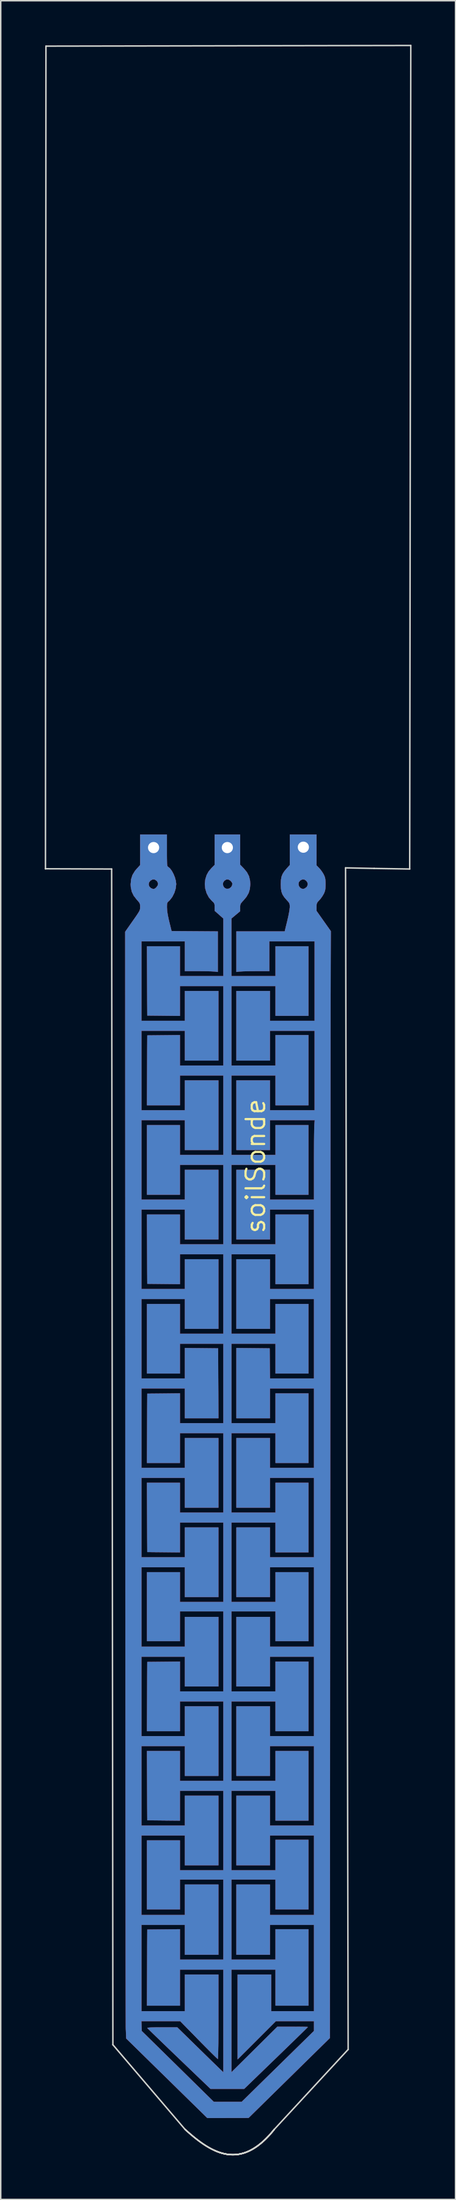
<source format=kicad_pcb>
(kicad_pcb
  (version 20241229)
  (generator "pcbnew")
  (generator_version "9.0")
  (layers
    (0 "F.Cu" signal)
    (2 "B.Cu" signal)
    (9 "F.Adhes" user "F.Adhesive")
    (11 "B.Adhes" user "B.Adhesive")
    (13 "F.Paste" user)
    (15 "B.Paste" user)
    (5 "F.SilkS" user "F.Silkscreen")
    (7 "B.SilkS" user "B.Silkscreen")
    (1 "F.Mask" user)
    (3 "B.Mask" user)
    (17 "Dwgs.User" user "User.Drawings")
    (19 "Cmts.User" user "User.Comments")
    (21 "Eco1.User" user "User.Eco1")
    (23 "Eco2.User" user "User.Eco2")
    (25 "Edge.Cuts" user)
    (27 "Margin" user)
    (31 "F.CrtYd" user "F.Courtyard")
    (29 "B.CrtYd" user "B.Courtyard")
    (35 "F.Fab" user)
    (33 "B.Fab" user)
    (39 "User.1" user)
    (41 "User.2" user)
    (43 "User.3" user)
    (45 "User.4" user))
  (footprint "soilSonde"
    (layer "F.Cu")
    (at 12.577 30.427)
    (property "Reference" "soilSonde" (at 1.803 46.025 90) (layer "F.SilkS") (effects (font (size 1.27 1.27) (thickness 0.15))))
    (attr through_hole)
    (fp_poly (pts (xy -3.361 31.039) (xy -3.361 33.071) (xy -0.398 33.071) (xy -0.398 29.143) (xy -0.694 28.88) (xy -0.991 28.617) (xy -0.991 28.362) (xy -0.994 28.217) (xy -1.014 28.124) (xy -1.066 28.047) (xy -1.165 27.954) (xy -1.18 27.941) (xy -1.384 27.708) (xy -1.536 27.424) (xy -1.631 27.107) (xy -1.662 26.778) (xy -1.625 26.462) (xy -1.535 26.175) (xy -1.401 25.934) (xy -1.206 25.705) (xy -1.198 25.697) (xy -0.991 25.489) (xy -0.991 24.454) (xy -0.991 23.419) (xy 0.745 23.419) (xy 0.745 25.476) (xy 0.993 25.731) (xy 1.207 25.989) (xy 1.346 26.256) (xy 1.418 26.551) (xy 1.434 26.805) (xy 1.408 27.125) (xy 1.325 27.404) (xy 1.176 27.664) (xy 0.995 27.883) (xy 0.874 28.014) (xy 0.8 28.108) (xy 0.762 28.187) (xy 0.747 28.277) (xy 0.744 28.398) (xy 0.743 28.647) (xy 0.448 28.894) (xy 0.152 29.142) (xy 0.152 33.071) (xy 3.158 33.071) (xy 3.158 31.039) (xy 5.402 31.039) (xy 5.402 35.78) (xy 3.158 35.78) (xy 3.158 33.748) (xy 0.152 33.748) (xy 0.152 39.167) (xy 3.158 39.167) (xy 3.158 37.092) (xy 5.402 37.092) (xy 5.402 41.876) (xy 3.158 41.876) (xy 3.158 39.844) (xy 0.152 39.844) (xy 0.152 45.263) (xy 3.158 45.263) (xy 3.158 43.231) (xy 5.402 43.231) (xy 5.402 47.972) (xy 3.158 47.972) (xy 3.158 45.94) (xy 0.152 45.94) (xy 0.152 51.359) (xy 3.158 51.359) (xy 3.158 49.327) (xy 5.402 49.327) (xy 5.402 54.068) (xy 3.158 54.068) (xy 3.158 52.036) (xy 0.152 52.036) (xy 0.152 57.455) (xy 3.158 57.455) (xy 3.158 55.423) (xy 5.402 55.423) (xy 5.402 60.164) (xy 3.158 60.164) (xy 3.158 58.132) (xy 0.152 58.132) (xy 0.152 63.551) (xy 3.158 63.551) (xy 3.158 61.519) (xy 5.402 61.519) (xy 5.402 66.26) (xy 3.158 66.26) (xy 3.158 64.228) (xy 0.152 64.228) (xy 0.152 69.647) (xy 3.158 69.647) (xy 3.158 67.615) (xy 5.402 67.615) (xy 5.402 72.356) (xy 3.158 72.356) (xy 3.158 70.324) (xy 0.152 70.324) (xy 0.152 75.743) (xy 3.158 75.743) (xy 3.158 73.711) (xy 5.402 73.711) (xy 5.402 78.41) (xy 3.158 78.41) (xy 3.158 76.378) (xy 0.152 76.378) (xy 0.152 81.839) (xy 3.158 81.839) (xy 3.158 79.807) (xy 5.402 79.807) (xy 5.402 84.548) (xy 3.158 84.548) (xy 3.158 82.516) (xy 0.152 82.516) (xy 0.152 87.935) (xy 3.158 87.935) (xy 3.158 85.903) (xy 5.402 85.903) (xy 5.402 90.644) (xy 3.158 90.644) (xy 3.158 88.612) (xy 0.152 88.612) (xy 0.152 94.031) (xy 3.158 94.031) (xy 3.158 91.956) (xy 5.402 91.956) (xy 5.402 96.698) (xy 3.158 96.698) (xy 3.158 94.666) (xy 0.152 94.666) (xy 0.152 100.127) (xy 3.158 100.127) (xy 3.158 98.052) (xy 5.402 98.052) (xy 5.402 103.259) (xy 3.158 103.259) (xy 3.158 100.804) (xy 0.152 100.804) (xy 0.152 107.802) (xy 3.283 104.699) (xy 4.321 104.699) (xy 4.608 104.7) (xy 4.864 104.702) (xy 5.078 104.705) (xy 5.239 104.709) (xy 5.336 104.714) (xy 5.359 104.718) (xy 5.33 104.75) (xy 5.244 104.836) (xy 5.107 104.971) (xy 4.924 105.151) (xy 4.699 105.371) (xy 4.437 105.626) (xy 4.143 105.912) (xy 3.822 106.223) (xy 3.479 106.556) (xy 3.191 106.835) (xy 1.022 108.932) (xy -0.186 108.932) (xy -0.186 27.12) (xy -0.046 27.116) (xy 0.013 27.094) (xy 0.129 27.004) (xy 0.202 26.881) (xy 0.215 26.755) (xy 0.212 26.742) (xy 0.164 26.654) (xy 0.083 26.562) (xy 0.083 26.562) (xy -0.057 26.481) (xy -0.199 26.483) (xy -0.334 26.568) (xy -0.336 26.571) (xy -0.418 26.699) (xy -0.432 26.835) (xy -0.391 26.962) (xy -0.305 27.063) (xy -0.186 27.12) (xy -0.186 108.932) (xy -1.277 108.932) (xy -3.416 106.881) (xy -3.773 106.538) (xy -4.111 106.213) (xy -4.427 105.909) (xy -4.715 105.631) (xy -4.971 105.384) (xy -5.188 105.174) (xy -5.363 105.003) (xy -5.49 104.879) (xy -5.565 104.805) (xy -5.583 104.785) (xy -5.556 104.77) (xy -5.452 104.758) (xy -5.269 104.749) (xy -5.006 104.743) (xy -4.66 104.741) (xy -4.576 104.741) (xy -3.541 104.741) (xy -2.168 106.085) (xy -1.878 106.369) (xy -1.599 106.642) (xy -1.34 106.895) (xy -1.107 107.122) (xy -0.908 107.315) (xy -0.75 107.469) (xy -0.641 107.575) (xy -0.596 107.618) (xy -0.398 107.807) (xy -0.398 100.804) (xy -3.361 100.804) (xy -3.361 103.259) (xy -5.606 103.259) (xy -5.584 98.074) (xy -3.361 98.051) (xy -3.361 100.127) (xy -0.398 100.127) (xy -0.398 94.666) (xy -3.361 94.666) (xy -3.361 96.698) (xy -5.605 96.698) (xy -5.605 91.999) (xy -3.361 91.999) (xy -3.361 94.031) (xy -0.398 94.031) (xy -0.398 88.612) (xy -3.361 88.612) (xy -3.361 90.646) (xy -5.584 90.623) (xy -5.595 88.263) (xy -5.606 85.903) (xy -3.361 85.903) (xy -3.361 87.935) (xy -0.398 87.935) (xy -0.398 82.516) (xy -3.361 82.516) (xy -3.361 84.548) (xy -5.606 84.548) (xy -5.584 79.828) (xy -4.473 79.817) (xy -3.361 79.805) (xy -3.361 81.839) (xy -0.398 81.839) (xy -0.398 76.378) (xy -3.361 76.378) (xy -3.361 78.41) (xy -5.605 78.41) (xy -5.605 73.711) (xy -3.361 73.711) (xy -3.361 75.743) (xy -0.398 75.743) (xy -0.398 70.324) (xy -3.361 70.324) (xy -3.361 72.358) (xy -5.584 72.335) (xy -5.595 69.975) (xy -5.606 67.615) (xy -3.361 67.615) (xy -3.361 69.647) (xy -0.398 69.647) (xy -0.398 64.228) (xy -3.361 64.228) (xy -3.361 66.26) (xy -5.606 66.26) (xy -5.584 61.54) (xy -4.473 61.529) (xy -3.361 61.517) (xy -3.361 63.551) (xy -0.398 63.551) (xy -0.398 58.132) (xy -3.361 58.132) (xy -3.361 60.164) (xy -5.605 60.164) (xy -5.605 55.423) (xy -3.361 55.423) (xy -3.361 57.455) (xy -0.398 57.455) (xy -0.398 52.036) (xy -3.361 52.036) (xy -3.361 54.07) (xy -5.584 54.047) (xy -5.595 51.687) (xy -5.606 49.327) (xy -3.361 49.327) (xy -3.361 51.359) (xy -0.398 51.359) (xy -0.398 45.94) (xy -3.361 45.94) (xy -3.361 47.972) (xy -5.605 47.972) (xy -5.605 43.231) (xy -3.361 43.231) (xy -3.361 45.263) (xy -0.398 45.263) (xy -0.398 39.844) (xy -3.361 39.844) (xy -3.361 41.876) (xy -5.606 41.876) (xy -5.584 37.114) (xy -3.361 37.091) (xy -3.361 39.167) (xy -0.398 39.167) (xy -0.398 33.748) (xy -3.361 33.748) (xy -3.361 35.782) (xy -5.584 35.759) (xy -5.595 33.399) (xy -5.606 31.039) (xy -3.361 31.039)) (stroke (width 0.01) (type solid)) (fill yes) (layer "F.Cu"))
    (fp_poly (pts (xy -6.58 29.317) (xy -6.41 29.075) (xy -6.283 28.89) (xy -6.193 28.751) (xy -6.132 28.647) (xy -6.096 28.565) (xy -6.078 28.494) (xy -6.071 28.422) (xy -6.071 28.349) (xy -6.074 28.225) (xy -6.091 28.135) (xy -6.134 28.052) (xy -6.216 27.952) (xy -6.3 27.86) (xy -6.509 27.591) (xy -6.643 27.312) (xy -6.708 27.003) (xy -6.717 26.805) (xy -6.688 26.47) (xy -6.594 26.176) (xy -6.429 25.904) (xy -6.3 25.751) (xy -6.071 25.503) (xy -6.071 23.419) (xy -4.25 23.419) (xy -4.25 24.497) (xy -4.25 24.827) (xy -4.248 25.083) (xy -4.245 25.275) (xy -4.239 25.411) (xy -4.23 25.504) (xy -4.217 25.562) (xy -4.199 25.595) (xy -4.176 25.615) (xy -4.17 25.618) (xy -4.042 25.723) (xy -3.916 25.892) (xy -3.8 26.104) (xy -3.705 26.338) (xy -3.641 26.574) (xy -3.616 26.79) (xy -3.616 26.799) (xy -3.649 27.095) (xy -3.74 27.393) (xy -3.879 27.669) (xy -4.053 27.897) (xy -4.128 27.967) (xy -4.189 28.024) (xy -4.226 28.083) (xy -4.243 28.166) (xy -4.247 28.297) (xy -4.247 28.401) (xy -4.231 28.63) (xy -4.188 28.911) (xy -4.115 29.253) (xy -4.087 29.367) (xy -3.931 30.002) (xy -0.779 30.024) (xy -0.779 32.786) (xy -0.975 32.759) (xy -1.076 32.751) (xy -1.246 32.744) (xy -1.469 32.738) (xy -1.729 32.734) (xy -2.01 32.732) (xy -2.097 32.732) (xy -3.023 32.732) (xy -3.023 30.7) (xy -5.124 30.7) (xy -5.124 27.13) (xy -5.04 27.087) (xy -4.971 27.025) (xy -4.869 26.881) (xy -4.85 26.74) (xy -4.916 26.605) (xy -4.947 26.571) (xy -5.081 26.484) (xy -5.224 26.48) (xy -5.371 26.561) (xy -5.377 26.566) (xy -5.471 26.693) (xy -5.492 26.832) (xy -5.447 26.965) (xy -5.341 27.071) (xy -5.214 27.125) (xy -5.124 27.13) (xy -5.124 30.7) (xy -5.986 30.7) (xy -5.986 36.119) (xy -3.023 36.119) (xy -3.023 34.087) (xy -0.737 34.087) (xy -0.737 38.828) (xy -3.023 38.828) (xy -3.023 36.796) (xy -5.986 36.796) (xy -5.986 42.215) (xy -3.023 42.215) (xy -3.023 40.183) (xy -0.737 40.183) (xy -0.737 44.924) (xy -3.023 44.924) (xy -3.023 42.892) (xy -5.986 42.892) (xy -5.986 48.311) (xy -3.023 48.311) (xy -3.023 46.279) (xy -0.737 46.279) (xy -0.737 51.02) (xy -3.023 51.02) (xy -3.023 48.988) (xy -5.986 48.988) (xy -5.986 54.407) (xy -3.023 54.407) (xy -3.023 52.375) (xy -0.737 52.375) (xy -0.737 57.116) (xy -3.023 57.116) (xy -3.023 55.084) (xy -5.986 55.084) (xy -5.986 60.503) (xy -3.023 60.503) (xy -3.023 58.427) (xy -1.89 58.438) (xy -0.758 58.45) (xy -0.747 60.831) (xy -0.736 63.212) (xy -3.023 63.212) (xy -3.023 61.18) (xy -5.986 61.18) (xy -5.986 66.599) (xy -3.023 66.599) (xy -3.023 64.567) (xy -0.737 64.567) (xy -0.737 69.308) (xy -3.023 69.308) (xy -3.023 67.276) (xy -5.986 67.276) (xy -5.986 72.695) (xy -3.023 72.695) (xy -3.023 70.663) (xy -0.737 70.663) (xy -0.737 75.404) (xy -3.023 75.404) (xy -3.023 73.372) (xy -5.986 73.372) (xy -5.986 78.791) (xy -3.023 78.791) (xy -3.023 76.759) (xy -0.737 76.759) (xy -0.737 81.5) (xy -3.023 81.5) (xy -3.023 79.468) (xy -5.986 79.468) (xy -5.986 84.887) (xy -3.023 84.887) (xy -3.023 82.855) (xy -0.737 82.855) (xy -0.737 87.596) (xy -3.023 87.596) (xy -3.023 85.564) (xy -5.986 85.564) (xy -5.986 90.983) (xy -3.023 90.983) (xy -3.023 88.951) (xy -0.737 88.951) (xy -0.737 93.692) (xy -3.023 93.692) (xy -3.023 91.66) (xy -5.986 91.66) (xy -5.986 97.079) (xy -3.023 97.079) (xy -3.023 95.004) (xy -0.737 95.004) (xy -0.737 99.788) (xy -3.023 99.788) (xy -3.023 97.756) (xy -5.986 97.756) (xy -5.986 103.64) (xy -3.023 103.64) (xy -3.023 101.143) (xy -0.737 101.143) (xy -0.737 104.021) (xy -0.737 104.572) (xy -0.739 105.076) (xy -0.741 105.528) (xy -0.745 105.925) (xy -0.75 106.26) (xy -0.755 106.53) (xy -0.761 106.73) (xy -0.768 106.855) (xy -0.775 106.9) (xy -0.776 106.9) (xy -0.812 106.871) (xy -0.902 106.787) (xy -1.038 106.655) (xy -1.214 106.481) (xy -1.424 106.271) (xy -1.662 106.031) (xy -1.921 105.769) (xy -2.077 105.609) (xy -3.34 104.318) (xy -5.989 104.318) (xy -5.977 104.653) (xy -5.965 104.988) (xy -3.509 107.402) (xy -1.054 109.817) (xy 0.851 109.819) (xy 3.317 107.401) (xy 5.783 104.983) (xy 5.783 104.318) (xy 3.18 104.318) (xy 0.576 106.921) (xy 0.576 101.143) (xy 2.862 101.143) (xy 2.862 103.64) (xy 5.783 103.64) (xy 5.783 97.756) (xy 2.777 97.756) (xy 2.777 99.788) (xy 0.491 99.788) (xy 0.491 95.004) (xy 2.777 95.004) (xy 2.777 97.079) (xy 5.783 97.079) (xy 5.783 91.66) (xy 2.777 91.66) (xy 2.777 93.692) (xy 0.491 93.692) (xy 0.491 88.951) (xy 2.777 88.951) (xy 2.777 90.983) (xy 5.783 90.983) (xy 5.783 85.564) (xy 2.777 85.564) (xy 2.777 87.596) (xy 0.491 87.596) (xy 0.491 82.855) (xy 2.777 82.855) (xy 2.777 84.887) (xy 5.783 84.887) (xy 5.783 79.468) (xy 2.777 79.468) (xy 2.777 81.5) (xy 0.491 81.5) (xy 0.491 76.759) (xy 2.777 76.759) (xy 2.777 78.791) (xy 5.783 78.791) (xy 5.783 73.372) (xy 2.777 73.372) (xy 2.777 75.404) (xy 0.491 75.404) (xy 0.491 70.663) (xy 2.777 70.663) (xy 2.777 72.695) (xy 5.783 72.695) (xy 5.783 67.276) (xy 2.777 67.276) (xy 2.777 69.308) (xy 0.491 69.308) (xy 0.491 64.567) (xy 2.777 64.567) (xy 2.777 66.599) (xy 5.783 66.599) (xy 5.783 61.18) (xy 2.777 61.18) (xy 2.777 63.212) (xy 0.491 63.212) (xy 0.491 58.427) (xy 1.623 58.438) (xy 2.756 58.45) (xy 2.767 59.476) (xy 2.779 60.503) (xy 5.783 60.503) (xy 5.783 55.084) (xy 2.777 55.084) (xy 2.777 57.116) (xy 0.491 57.116) (xy 0.491 52.375) (xy 2.777 52.375) (xy 2.777 54.407) (xy 5.783 54.407) (xy 5.783 48.988) (xy 2.777 48.988) (xy 2.777 51.02) (xy 0.491 51.02) (xy 0.491 46.279) (xy 2.777 46.279) (xy 2.777 48.311) (xy 5.783 48.311) (xy 5.783 45.862) (xy 5.783 45.405) (xy 5.785 44.968) (xy 5.787 44.557) (xy 5.79 44.182) (xy 5.793 43.852) (xy 5.797 43.574) (xy 5.801 43.357) (xy 5.806 43.211) (xy 5.81 43.152) (xy 5.837 42.892) (xy 2.777 42.892) (xy 2.777 44.924) (xy 0.491 44.924) (xy 0.491 40.183) (xy 2.777 40.183) (xy 2.777 42.215) (xy 5.825 42.215) (xy 5.825 36.796) (xy 2.777 36.796) (xy 2.777 38.828) (xy 0.491 38.828) (xy 0.491 34.087) (xy 2.777 34.087) (xy 2.777 36.119) (xy 5.825 36.119) (xy 5.825 30.7) (xy 5.049 30.7) (xy 5.049 27.129) (xy 5.159 27.096) (xy 5.293 26.987) (xy 5.355 26.851) (xy 5.343 26.706) (xy 5.255 26.571) (xy 5.121 26.483) (xy 4.977 26.48) (xy 4.836 26.555) (xy 4.747 26.666) (xy 4.722 26.795) (xy 4.75 26.923) (xy 4.821 27.033) (xy 4.924 27.108) (xy 5.049 27.129) (xy 5.049 30.7) (xy 2.735 30.7) (xy 2.735 32.732) (xy 1.809 32.732) (xy 1.524 32.733) (xy 1.256 32.737) (xy 1.021 32.742) (xy 0.833 32.749) (xy 0.71 32.757) (xy 0.687 32.759) (xy 0.491 32.786) (xy 0.491 30.023) (xy 3.785 30.023) (xy 3.958 29.314) (xy 4.027 29.018) (xy 4.08 28.753) (xy 4.116 28.533) (xy 4.132 28.375) (xy 4.132 28.355) (xy 4.129 28.222) (xy 4.111 28.129) (xy 4.066 28.046) (xy 3.98 27.945) (xy 3.918 27.879) (xy 3.749 27.684) (xy 3.634 27.503) (xy 3.563 27.311) (xy 3.528 27.084) (xy 3.518 26.805) (xy 3.529 26.525) (xy 3.566 26.301) (xy 3.641 26.109) (xy 3.762 25.921) (xy 3.926 25.727) (xy 4.132 25.502) (xy 4.132 23.419) (xy 5.952 23.419) (xy 5.952 25.52) (xy 6.148 25.724) (xy 6.274 25.877) (xy 6.393 26.054) (xy 6.455 26.166) (xy 6.51 26.295) (xy 6.543 26.416) (xy 6.56 26.556) (xy 6.566 26.744) (xy 6.566 26.805) (xy 6.562 27.011) (xy 6.549 27.161) (xy 6.52 27.284) (xy 6.472 27.408) (xy 6.455 27.445) (xy 6.36 27.61) (xy 6.236 27.785) (xy 6.148 27.886) (xy 6.043 28) (xy 5.984 28.086) (xy 5.959 28.177) (xy 5.952 28.305) (xy 5.952 28.357) (xy 5.952 28.624) (xy 6.438 29.313) (xy 6.925 30.002) (xy 6.915 34.15) (xy 6.914 34.404) (xy 6.914 34.741) (xy 6.913 35.157) (xy 6.912 35.651) (xy 6.912 36.22) (xy 6.911 36.862) (xy 6.91 37.575) (xy 6.909 38.355) (xy 6.908 39.202) (xy 6.907 40.112) (xy 6.907 41.083) (xy 6.906 42.113) (xy 6.905 43.199) (xy 6.904 44.339) (xy 6.903 45.531) (xy 6.902 46.772) (xy 6.9 48.06) (xy 6.899 49.393) (xy 6.898 50.768) (xy 6.897 52.183) (xy 6.896 53.635) (xy 6.895 55.123) (xy 6.894 56.643) (xy 6.893 58.194) (xy 6.892 59.773) (xy 6.89 61.377) (xy 6.889 63.005) (xy 6.888 64.654) (xy 6.887 66.322) (xy 6.886 68.006) (xy 6.885 69.704) (xy 6.884 71.414) (xy 6.883 71.884) (xy 6.862 105.468) (xy 4.089 108.193) (xy 1.317 110.917) (xy -0.088 110.92) (xy -1.493 110.922) (xy -4.258 108.21) (xy -7.023 105.499) (xy -7.049 104.813) (xy -7.05 104.738) (xy -7.051 104.58) (xy -7.052 104.342) (xy -7.053 104.025) (xy -7.055 103.631) (xy -7.056 103.162) (xy -7.057 102.62) (xy -7.058 102.007) (xy -7.06 101.326) (xy -7.061 100.577) (xy -7.062 99.763) (xy -7.063 98.887) (xy -7.064 97.949) (xy -7.065 96.952) (xy -7.066 95.898) (xy -7.068 94.788) (xy -7.069 93.626) (xy -7.07 92.412) (xy -7.071 91.149) (xy -7.072 89.838) (xy -7.073 88.482) (xy -7.074 87.083) (xy -7.074 85.642) (xy -7.075 84.161) (xy -7.076 82.643) (xy -7.077 81.09) (xy -7.078 79.503) (xy -7.078 77.884) (xy -7.079 76.236) (xy -7.08 74.559) (xy -7.08 72.858) (xy -7.081 71.132) (xy -7.081 69.384) (xy -7.082 67.617) (xy -7.082 67.086) (xy -7.089 30.044) (xy -6.58 29.317)) (stroke (width 0.01) (type solid)) (fill yes) (layer "F.Cu"))
    (fp_poly (pts (xy -3.361 31.039) (xy -3.361 33.071) (xy -0.398 33.071) (xy -0.398 29.143) (xy -0.694 28.88) (xy -0.991 28.617) (xy -0.991 28.362) (xy -0.994 28.217) (xy -1.014 28.124) (xy -1.066 28.047) (xy -1.165 27.954) (xy -1.18 27.941) (xy -1.384 27.708) (xy -1.536 27.424) (xy -1.631 27.107) (xy -1.662 26.778) (xy -1.625 26.462) (xy -1.535 26.175) (xy -1.401 25.934) (xy -1.206 25.705) (xy -1.198 25.697) (xy -0.991 25.489) (xy -0.991 24.454) (xy -0.991 23.419) (xy 0.745 23.419) (xy 0.745 25.476) (xy 0.993 25.731) (xy 1.207 25.989) (xy 1.346 26.256) (xy 1.418 26.551) (xy 1.434 26.805) (xy 1.408 27.125) (xy 1.325 27.404) (xy 1.176 27.664) (xy 0.995 27.883) (xy 0.874 28.014) (xy 0.8 28.108) (xy 0.762 28.187) (xy 0.747 28.277) (xy 0.744 28.398) (xy 0.743 28.647) (xy 0.448 28.894) (xy 0.152 29.142) (xy 0.152 33.071) (xy 3.158 33.071) (xy 3.158 31.039) (xy 5.402 31.039) (xy 5.402 35.78) (xy 3.158 35.78) (xy 3.158 33.748) (xy 0.152 33.748) (xy 0.152 39.167) (xy 3.158 39.167) (xy 3.158 37.092) (xy 5.402 37.092) (xy 5.402 41.876) (xy 3.158 41.876) (xy 3.158 39.844) (xy 0.152 39.844) (xy 0.152 45.263) (xy 3.158 45.263) (xy 3.158 43.231) (xy 5.402 43.231) (xy 5.402 47.972) (xy 3.158 47.972) (xy 3.158 45.94) (xy 0.152 45.94) (xy 0.152 51.359) (xy 3.158 51.359) (xy 3.158 49.327) (xy 5.402 49.327) (xy 5.402 54.068) (xy 3.158 54.068) (xy 3.158 52.036) (xy 0.152 52.036) (xy 0.152 57.455) (xy 3.158 57.455) (xy 3.158 55.423) (xy 5.402 55.423) (xy 5.402 60.164) (xy 3.158 60.164) (xy 3.158 58.132) (xy 0.152 58.132) (xy 0.152 63.551) (xy 3.158 63.551) (xy 3.158 61.519) (xy 5.402 61.519) (xy 5.402 66.26) (xy 3.158 66.26) (xy 3.158 64.228) (xy 0.152 64.228) (xy 0.152 69.647) (xy 3.158 69.647) (xy 3.158 67.615) (xy 5.402 67.615) (xy 5.402 72.356) (xy 3.158 72.356) (xy 3.158 70.324) (xy 0.152 70.324) (xy 0.152 75.743) (xy 3.158 75.743) (xy 3.158 73.711) (xy 5.402 73.711) (xy 5.402 78.41) (xy 3.158 78.41) (xy 3.158 76.378) (xy 0.152 76.378) (xy 0.152 81.839) (xy 3.158 81.839) (xy 3.158 79.807) (xy 5.402 79.807) (xy 5.402 84.548) (xy 3.158 84.548) (xy 3.158 82.516) (xy 0.152 82.516) (xy 0.152 87.935) (xy 3.158 87.935) (xy 3.158 85.903) (xy 5.402 85.903) (xy 5.402 90.644) (xy 3.158 90.644) (xy 3.158 88.612) (xy 0.152 88.612) (xy 0.152 94.031) (xy 3.158 94.031) (xy 3.158 91.956) (xy 5.402 91.956) (xy 5.402 96.698) (xy 3.158 96.698) (xy 3.158 94.666) (xy 0.152 94.666) (xy 0.152 100.127) (xy 3.158 100.127) (xy 3.158 98.052) (xy 5.402 98.052) (xy 5.402 103.259) (xy 3.158 103.259) (xy 3.158 100.804) (xy 0.152 100.804) (xy 0.152 107.802) (xy 3.283 104.699) (xy 4.321 104.699) (xy 4.608 104.7) (xy 4.864 104.702) (xy 5.078 104.705) (xy 5.239 104.709) (xy 5.336 104.714) (xy 5.359 104.718) (xy 5.33 104.75) (xy 5.244 104.836) (xy 5.107 104.971) (xy 4.924 105.151) (xy 4.699 105.371) (xy 4.437 105.626) (xy 4.143 105.912) (xy 3.822 106.223) (xy 3.479 106.556) (xy 3.191 106.835) (xy 1.022 108.932) (xy -0.186 108.932) (xy -0.186 27.12) (xy -0.046 27.116) (xy 0.013 27.094) (xy 0.129 27.004) (xy 0.202 26.881) (xy 0.215 26.755) (xy 0.212 26.742) (xy 0.164 26.654) (xy 0.083 26.562) (xy 0.083 26.562) (xy -0.057 26.481) (xy -0.199 26.483) (xy -0.334 26.568) (xy -0.336 26.571) (xy -0.418 26.699) (xy -0.432 26.835) (xy -0.391 26.962) (xy -0.305 27.063) (xy -0.186 27.12) (xy -0.186 108.932) (xy -1.277 108.932) (xy -3.416 106.881) (xy -3.773 106.538) (xy -4.111 106.213) (xy -4.427 105.909) (xy -4.715 105.631) (xy -4.971 105.384) (xy -5.188 105.174) (xy -5.363 105.003) (xy -5.49 104.879) (xy -5.565 104.805) (xy -5.583 104.785) (xy -5.556 104.77) (xy -5.452 104.758) (xy -5.269 104.749) (xy -5.006 104.743) (xy -4.66 104.741) (xy -4.576 104.741) (xy -3.541 104.741) (xy -2.168 106.085) (xy -1.878 106.369) (xy -1.599 106.642) (xy -1.34 106.895) (xy -1.107 107.122) (xy -0.908 107.315) (xy -0.75 107.469) (xy -0.641 107.575) (xy -0.596 107.618) (xy -0.398 107.807) (xy -0.398 100.804) (xy -3.361 100.804) (xy -3.361 103.259) (xy -5.606 103.259) (xy -5.584 98.074) (xy -3.361 98.051) (xy -3.361 100.127) (xy -0.398 100.127) (xy -0.398 94.666) (xy -3.361 94.666) (xy -3.361 96.698) (xy -5.605 96.698) (xy -5.605 91.999) (xy -3.361 91.999) (xy -3.361 94.031) (xy -0.398 94.031) (xy -0.398 88.612) (xy -3.361 88.612) (xy -3.361 90.646) (xy -5.584 90.623) (xy -5.595 88.263) (xy -5.606 85.903) (xy -3.361 85.903) (xy -3.361 87.935) (xy -0.398 87.935) (xy -0.398 82.516) (xy -3.361 82.516) (xy -3.361 84.548) (xy -5.606 84.548) (xy -5.584 79.828) (xy -4.473 79.817) (xy -3.361 79.805) (xy -3.361 81.839) (xy -0.398 81.839) (xy -0.398 76.378) (xy -3.361 76.378) (xy -3.361 78.41) (xy -5.605 78.41) (xy -5.605 73.711) (xy -3.361 73.711) (xy -3.361 75.743) (xy -0.398 75.743) (xy -0.398 70.324) (xy -3.361 70.324) (xy -3.361 72.358) (xy -5.584 72.335) (xy -5.595 69.975) (xy -5.606 67.615) (xy -3.361 67.615) (xy -3.361 69.647) (xy -0.398 69.647) (xy -0.398 64.228) (xy -3.361 64.228) (xy -3.361 66.26) (xy -5.606 66.26) (xy -5.584 61.54) (xy -4.473 61.529) (xy -3.361 61.517) (xy -3.361 63.551) (xy -0.398 63.551) (xy -0.398 58.132) (xy -3.361 58.132) (xy -3.361 60.164) (xy -5.605 60.164) (xy -5.605 55.423) (xy -3.361 55.423) (xy -3.361 57.455) (xy -0.398 57.455) (xy -0.398 52.036) (xy -3.361 52.036) (xy -3.361 54.07) (xy -5.584 54.047) (xy -5.595 51.687) (xy -5.606 49.327) (xy -3.361 49.327) (xy -3.361 51.359) (xy -0.398 51.359) (xy -0.398 45.94) (xy -3.361 45.94) (xy -3.361 47.972) (xy -5.605 47.972) (xy -5.605 43.231) (xy -3.361 43.231) (xy -3.361 45.263) (xy -0.398 45.263) (xy -0.398 39.844) (xy -3.361 39.844) (xy -3.361 41.876) (xy -5.606 41.876) (xy -5.584 37.114) (xy -3.361 37.091) (xy -3.361 39.167) (xy -0.398 39.167) (xy -0.398 33.748) (xy -3.361 33.748) (xy -3.361 35.782) (xy -5.584 35.759) (xy -5.595 33.399) (xy -5.606 31.039) (xy -3.361 31.039)) (stroke (width 0.01) (type solid)) (fill yes) (layer "B.Cu"))
    (fp_poly (pts (xy -6.58 29.317) (xy -6.41 29.075) (xy -6.283 28.89) (xy -6.193 28.751) (xy -6.132 28.647) (xy -6.096 28.565) (xy -6.078 28.494) (xy -6.071 28.422) (xy -6.071 28.349) (xy -6.074 28.225) (xy -6.091 28.135) (xy -6.134 28.052) (xy -6.216 27.952) (xy -6.3 27.86) (xy -6.509 27.591) (xy -6.643 27.312) (xy -6.708 27.003) (xy -6.717 26.805) (xy -6.688 26.47) (xy -6.594 26.176) (xy -6.429 25.904) (xy -6.3 25.751) (xy -6.071 25.503) (xy -6.071 23.419) (xy -4.25 23.419) (xy -4.25 24.497) (xy -4.25 24.827) (xy -4.248 25.083) (xy -4.245 25.275) (xy -4.239 25.411) (xy -4.23 25.504) (xy -4.217 25.562) (xy -4.199 25.595) (xy -4.176 25.615) (xy -4.17 25.618) (xy -4.042 25.723) (xy -3.916 25.892) (xy -3.8 26.104) (xy -3.705 26.338) (xy -3.641 26.574) (xy -3.616 26.79) (xy -3.616 26.799) (xy -3.649 27.095) (xy -3.74 27.393) (xy -3.879 27.669) (xy -4.053 27.897) (xy -4.128 27.967) (xy -4.189 28.024) (xy -4.226 28.083) (xy -4.243 28.166) (xy -4.247 28.297) (xy -4.247 28.401) (xy -4.231 28.63) (xy -4.188 28.911) (xy -4.115 29.253) (xy -4.087 29.367) (xy -3.931 30.002) (xy -0.779 30.024) (xy -0.779 32.786) (xy -0.975 32.759) (xy -1.076 32.751) (xy -1.246 32.744) (xy -1.469 32.738) (xy -1.729 32.734) (xy -2.01 32.732) (xy -2.097 32.732) (xy -3.023 32.732) (xy -3.023 30.7) (xy -5.124 30.7) (xy -5.124 27.13) (xy -5.04 27.087) (xy -4.971 27.025) (xy -4.869 26.881) (xy -4.85 26.74) (xy -4.916 26.605) (xy -4.947 26.571) (xy -5.081 26.484) (xy -5.224 26.48) (xy -5.371 26.561) (xy -5.377 26.566) (xy -5.471 26.693) (xy -5.492 26.832) (xy -5.447 26.965) (xy -5.341 27.071) (xy -5.214 27.125) (xy -5.124 27.13) (xy -5.124 30.7) (xy -5.986 30.7) (xy -5.986 36.119) (xy -3.023 36.119) (xy -3.023 34.087) (xy -0.737 34.087) (xy -0.737 38.828) (xy -3.023 38.828) (xy -3.023 36.796) (xy -5.986 36.796) (xy -5.986 42.215) (xy -3.023 42.215) (xy -3.023 40.183) (xy -0.737 40.183) (xy -0.737 44.924) (xy -3.023 44.924) (xy -3.023 42.892) (xy -5.986 42.892) (xy -5.986 48.311) (xy -3.023 48.311) (xy -3.023 46.279) (xy -0.737 46.279) (xy -0.737 51.02) (xy -3.023 51.02) (xy -3.023 48.988) (xy -5.986 48.988) (xy -5.986 54.407) (xy -3.023 54.407) (xy -3.023 52.375) (xy -0.737 52.375) (xy -0.737 57.116) (xy -3.023 57.116) (xy -3.023 55.084) (xy -5.986 55.084) (xy -5.986 60.503) (xy -3.023 60.503) (xy -3.023 58.427) (xy -1.89 58.438) (xy -0.758 58.45) (xy -0.747 60.831) (xy -0.736 63.212) (xy -3.023 63.212) (xy -3.023 61.18) (xy -5.986 61.18) (xy -5.986 66.599) (xy -3.023 66.599) (xy -3.023 64.567) (xy -0.737 64.567) (xy -0.737 69.308) (xy -3.023 69.308) (xy -3.023 67.276) (xy -5.986 67.276) (xy -5.986 72.695) (xy -3.023 72.695) (xy -3.023 70.663) (xy -0.737 70.663) (xy -0.737 75.404) (xy -3.023 75.404) (xy -3.023 73.372) (xy -5.986 73.372) (xy -5.986 78.791) (xy -3.023 78.791) (xy -3.023 76.759) (xy -0.737 76.759) (xy -0.737 81.5) (xy -3.023 81.5) (xy -3.023 79.468) (xy -5.986 79.468) (xy -5.986 84.887) (xy -3.023 84.887) (xy -3.023 82.855) (xy -0.737 82.855) (xy -0.737 87.596) (xy -3.023 87.596) (xy -3.023 85.564) (xy -5.986 85.564) (xy -5.986 90.983) (xy -3.023 90.983) (xy -3.023 88.951) (xy -0.737 88.951) (xy -0.737 93.692) (xy -3.023 93.692) (xy -3.023 91.66) (xy -5.986 91.66) (xy -5.986 97.079) (xy -3.023 97.079) (xy -3.023 95.004) (xy -0.737 95.004) (xy -0.737 99.788) (xy -3.023 99.788) (xy -3.023 97.756) (xy -5.986 97.756) (xy -5.986 103.64) (xy -3.023 103.64) (xy -3.023 101.143) (xy -0.737 101.143) (xy -0.737 104.021) (xy -0.737 104.572) (xy -0.739 105.076) (xy -0.741 105.528) (xy -0.745 105.925) (xy -0.75 106.26) (xy -0.755 106.53) (xy -0.761 106.73) (xy -0.768 106.855) (xy -0.775 106.9) (xy -0.776 106.9) (xy -0.812 106.871) (xy -0.902 106.787) (xy -1.038 106.655) (xy -1.214 106.481) (xy -1.424 106.271) (xy -1.662 106.031) (xy -1.921 105.769) (xy -2.077 105.609) (xy -3.34 104.318) (xy -5.989 104.318) (xy -5.977 104.653) (xy -5.965 104.988) (xy -3.509 107.402) (xy -1.054 109.817) (xy 0.851 109.819) (xy 3.317 107.401) (xy 5.783 104.983) (xy 5.783 104.318) (xy 3.18 104.318) (xy 0.576 106.921) (xy 0.576 101.143) (xy 2.862 101.143) (xy 2.862 103.64) (xy 5.783 103.64) (xy 5.783 97.756) (xy 2.777 97.756) (xy 2.777 99.788) (xy 0.491 99.788) (xy 0.491 95.004) (xy 2.777 95.004) (xy 2.777 97.079) (xy 5.783 97.079) (xy 5.783 91.66) (xy 2.777 91.66) (xy 2.777 93.692) (xy 0.491 93.692) (xy 0.491 88.951) (xy 2.777 88.951) (xy 2.777 90.983) (xy 5.783 90.983) (xy 5.783 85.564) (xy 2.777 85.564) (xy 2.777 87.596) (xy 0.491 87.596) (xy 0.491 82.855) (xy 2.777 82.855) (xy 2.777 84.887) (xy 5.783 84.887) (xy 5.783 79.468) (xy 2.777 79.468) (xy 2.777 81.5) (xy 0.491 81.5) (xy 0.491 76.759) (xy 2.777 76.759) (xy 2.777 78.791) (xy 5.783 78.791) (xy 5.783 73.372) (xy 2.777 73.372) (xy 2.777 75.404) (xy 0.491 75.404) (xy 0.491 70.663) (xy 2.777 70.663) (xy 2.777 72.695) (xy 5.783 72.695) (xy 5.783 67.276) (xy 2.777 67.276) (xy 2.777 69.308) (xy 0.491 69.308) (xy 0.491 64.567) (xy 2.777 64.567) (xy 2.777 66.599) (xy 5.783 66.599) (xy 5.783 61.18) (xy 2.777 61.18) (xy 2.777 63.212) (xy 0.491 63.212) (xy 0.491 58.427) (xy 1.623 58.438) (xy 2.756 58.45) (xy 2.767 59.476) (xy 2.779 60.503) (xy 5.783 60.503) (xy 5.783 55.084) (xy 2.777 55.084) (xy 2.777 57.116) (xy 0.491 57.116) (xy 0.491 52.375) (xy 2.777 52.375) (xy 2.777 54.407) (xy 5.783 54.407) (xy 5.783 48.988) (xy 2.777 48.988) (xy 2.777 51.02) (xy 0.491 51.02) (xy 0.491 46.279) (xy 2.777 46.279) (xy 2.777 48.311) (xy 5.783 48.311) (xy 5.783 45.862) (xy 5.783 45.405) (xy 5.785 44.968) (xy 5.787 44.557) (xy 5.79 44.182) (xy 5.793 43.852) (xy 5.797 43.574) (xy 5.801 43.357) (xy 5.806 43.211) (xy 5.81 43.152) (xy 5.837 42.892) (xy 2.777 42.892) (xy 2.777 44.924) (xy 0.491 44.924) (xy 0.491 40.183) (xy 2.777 40.183) (xy 2.777 42.215) (xy 5.825 42.215) (xy 5.825 36.796) (xy 2.777 36.796) (xy 2.777 38.828) (xy 0.491 38.828) (xy 0.491 34.087) (xy 2.777 34.087) (xy 2.777 36.119) (xy 5.825 36.119) (xy 5.825 30.7) (xy 5.049 30.7) (xy 5.049 27.129) (xy 5.159 27.096) (xy 5.293 26.987) (xy 5.355 26.851) (xy 5.343 26.706) (xy 5.255 26.571) (xy 5.121 26.483) (xy 4.977 26.48) (xy 4.836 26.555) (xy 4.747 26.666) (xy 4.722 26.795) (xy 4.75 26.923) (xy 4.821 27.033) (xy 4.924 27.108) (xy 5.049 27.129) (xy 5.049 30.7) (xy 2.735 30.7) (xy 2.735 32.732) (xy 1.809 32.732) (xy 1.524 32.733) (xy 1.256 32.737) (xy 1.021 32.742) (xy 0.833 32.749) (xy 0.71 32.757) (xy 0.687 32.759) (xy 0.491 32.786) (xy 0.491 30.023) (xy 3.785 30.023) (xy 3.958 29.314) (xy 4.027 29.018) (xy 4.08 28.753) (xy 4.116 28.533) (xy 4.132 28.375) (xy 4.132 28.355) (xy 4.129 28.222) (xy 4.111 28.129) (xy 4.066 28.046) (xy 3.98 27.945) (xy 3.918 27.879) (xy 3.749 27.684) (xy 3.634 27.503) (xy 3.563 27.311) (xy 3.528 27.084) (xy 3.518 26.805) (xy 3.529 26.525) (xy 3.566 26.301) (xy 3.641 26.109) (xy 3.762 25.921) (xy 3.926 25.727) (xy 4.132 25.502) (xy 4.132 23.419) (xy 5.952 23.419) (xy 5.952 25.52) (xy 6.148 25.724) (xy 6.274 25.877) (xy 6.393 26.054) (xy 6.455 26.166) (xy 6.51 26.295) (xy 6.543 26.416) (xy 6.56 26.556) (xy 6.566 26.744) (xy 6.566 26.805) (xy 6.562 27.011) (xy 6.549 27.161) (xy 6.52 27.284) (xy 6.472 27.408) (xy 6.455 27.445) (xy 6.36 27.61) (xy 6.236 27.785) (xy 6.148 27.886) (xy 6.043 28) (xy 5.984 28.086) (xy 5.959 28.177) (xy 5.952 28.305) (xy 5.952 28.357) (xy 5.952 28.624) (xy 6.438 29.313) (xy 6.925 30.002) (xy 6.915 34.15) (xy 6.914 34.404) (xy 6.914 34.741) (xy 6.913 35.157) (xy 6.912 35.651) (xy 6.912 36.22) (xy 6.911 36.862) (xy 6.91 37.575) (xy 6.909 38.355) (xy 6.908 39.202) (xy 6.907 40.112) (xy 6.907 41.083) (xy 6.906 42.113) (xy 6.905 43.199) (xy 6.904 44.339) (xy 6.903 45.531) (xy 6.902 46.772) (xy 6.9 48.06) (xy 6.899 49.393) (xy 6.898 50.768) (xy 6.897 52.183) (xy 6.896 53.635) (xy 6.895 55.123) (xy 6.894 56.643) (xy 6.893 58.194) (xy 6.892 59.773) (xy 6.89 61.377) (xy 6.889 63.005) (xy 6.888 64.654) (xy 6.887 66.322) (xy 6.886 68.006) (xy 6.885 69.704) (xy 6.884 71.414) (xy 6.883 71.884) (xy 6.862 105.468) (xy 4.089 108.193) (xy 1.317 110.917) (xy -0.088 110.92) (xy -1.493 110.922) (xy -4.258 108.21) (xy -7.023 105.499) (xy -7.049 104.813) (xy -7.05 104.738) (xy -7.051 104.58) (xy -7.052 104.342) (xy -7.053 104.025) (xy -7.055 103.631) (xy -7.056 103.162) (xy -7.057 102.62) (xy -7.058 102.007) (xy -7.06 101.326) (xy -7.061 100.577) (xy -7.062 99.763) (xy -7.063 98.887) (xy -7.064 97.949) (xy -7.065 96.952) (xy -7.066 95.898) (xy -7.068 94.788) (xy -7.069 93.626) (xy -7.07 92.412) (xy -7.071 91.149) (xy -7.072 89.838) (xy -7.073 88.482) (xy -7.074 87.083) (xy -7.074 85.642) (xy -7.075 84.161) (xy -7.076 82.643) (xy -7.077 81.09) (xy -7.078 79.503) (xy -7.078 77.884) (xy -7.079 76.236) (xy -7.08 74.559) (xy -7.08 72.858) (xy -7.081 71.132) (xy -7.081 69.384) (xy -7.082 67.617) (xy -7.082 67.086) (xy -7.089 30.044) (xy -6.58 29.317)) (stroke (width 0.01) (type solid)) (fill yes) (layer "B.Cu"))
    (fp_line (start -12.527 25.752) (end -12.527 25.752) (stroke (width 0.1) (type solid)) (layer "Edge.Cuts"))
    (fp_line (start -12.527 25.752) (end -8.015 25.769) (stroke (width 0.1) (type solid)) (layer "Edge.Cuts"))
    (fp_line (start -12.494 -30.332) (end -12.527 25.752) (stroke (width 0.1) (type solid)) (layer "Edge.Cuts"))
    (fp_line (start -8.015 25.769) (end -7.931 105.927) (stroke (width 0.1) (type solid)) (layer "Edge.Cuts"))
    (fp_line (start -7.931 105.927) (end -3.013 111.695) (stroke (width 0.1) (type solid)) (layer "Edge.Cuts"))
    (fp_line (start -3.013 111.695) (end -2.991 111.714) (stroke (width 0.1) (type solid)) (layer "Edge.Cuts"))
    (fp_line (start -2.991 111.714) (end -2.97 111.734) (stroke (width 0.1) (type solid)) (layer "Edge.Cuts"))
    (fp_line (start -2.97 111.734) (end -2.948 111.753) (stroke (width 0.1) (type solid)) (layer "Edge.Cuts"))
    (fp_line (start -2.948 111.753) (end -2.926 111.773) (stroke (width 0.1) (type solid)) (layer "Edge.Cuts"))
    (fp_line (start -2.926 111.773) (end -2.904 111.792) (stroke (width 0.1) (type solid)) (layer "Edge.Cuts"))
    (fp_line (start -2.904 111.792) (end -2.882 111.812) (stroke (width 0.1) (type solid)) (layer "Edge.Cuts"))
    (fp_line (start -2.882 111.812) (end -2.861 111.831) (stroke (width 0.1) (type solid)) (layer "Edge.Cuts"))
    (fp_line (start -2.861 111.831) (end -2.839 111.851) (stroke (width 0.1) (type solid)) (layer "Edge.Cuts"))
    (fp_line (start -2.839 111.851) (end -2.817 111.87) (stroke (width 0.1) (type solid)) (layer "Edge.Cuts"))
    (fp_line (start -2.817 111.87) (end -2.795 111.889) (stroke (width 0.1) (type solid)) (layer "Edge.Cuts"))
    (fp_line (start -2.795 111.889) (end -2.773 111.908) (stroke (width 0.1) (type solid)) (layer "Edge.Cuts"))
    (fp_line (start -2.773 111.908) (end -2.752 111.927) (stroke (width 0.1) (type solid)) (layer "Edge.Cuts"))
    (fp_line (start -2.752 111.927) (end -2.73 111.946) (stroke (width 0.1) (type solid)) (layer "Edge.Cuts"))
    (fp_line (start -2.73 111.946) (end -2.708 111.965) (stroke (width 0.1) (type solid)) (layer "Edge.Cuts"))
    (fp_line (start -2.708 111.965) (end -2.686 111.984) (stroke (width 0.1) (type solid)) (layer "Edge.Cuts"))
    (fp_line (start -2.686 111.984) (end -2.664 112.003) (stroke (width 0.1) (type solid)) (layer "Edge.Cuts"))
    (fp_line (start -2.664 112.003) (end -2.642 112.022) (stroke (width 0.1) (type solid)) (layer "Edge.Cuts"))
    (fp_line (start -2.642 112.022) (end -2.62 112.041) (stroke (width 0.1) (type solid)) (layer "Edge.Cuts"))
    (fp_line (start -2.62 112.041) (end -2.599 112.059) (stroke (width 0.1) (type solid)) (layer "Edge.Cuts"))
    (fp_line (start -2.599 112.059) (end -2.577 112.078) (stroke (width 0.1) (type solid)) (layer "Edge.Cuts"))
    (fp_line (start -2.577 112.078) (end -2.555 112.096) (stroke (width 0.1) (type solid)) (layer "Edge.Cuts"))
    (fp_line (start -2.555 112.096) (end -2.533 112.115) (stroke (width 0.1) (type solid)) (layer "Edge.Cuts"))
    (fp_line (start -2.533 112.115) (end -2.511 112.133) (stroke (width 0.1) (type solid)) (layer "Edge.Cuts"))
    (fp_line (start -2.511 112.133) (end -2.489 112.151) (stroke (width 0.1) (type solid)) (layer "Edge.Cuts"))
    (fp_line (start -2.489 112.151) (end -2.467 112.169) (stroke (width 0.1) (type solid)) (layer "Edge.Cuts"))
    (fp_line (start -2.467 112.169) (end -2.445 112.188) (stroke (width 0.1) (type solid)) (layer "Edge.Cuts"))
    (fp_line (start -2.445 112.188) (end -2.423 112.206) (stroke (width 0.1) (type solid)) (layer "Edge.Cuts"))
    (fp_line (start -2.423 112.206) (end -2.401 112.224) (stroke (width 0.1) (type solid)) (layer "Edge.Cuts"))
    (fp_line (start -2.401 112.224) (end -2.379 112.241) (stroke (width 0.1) (type solid)) (layer "Edge.Cuts"))
    (fp_line (start -2.379 112.241) (end -2.357 112.259) (stroke (width 0.1) (type solid)) (layer "Edge.Cuts"))
    (fp_line (start -2.357 112.259) (end -2.335 112.277) (stroke (width 0.1) (type solid)) (layer "Edge.Cuts"))
    (fp_line (start -2.335 112.277) (end -2.313 112.295) (stroke (width 0.1) (type solid)) (layer "Edge.Cuts"))
    (fp_line (start -2.313 112.295) (end -2.291 112.312) (stroke (width 0.1) (type solid)) (layer "Edge.Cuts"))
    (fp_line (start -2.291 112.312) (end -2.269 112.33) (stroke (width 0.1) (type solid)) (layer "Edge.Cuts"))
    (fp_line (start -2.269 112.33) (end -2.247 112.347) (stroke (width 0.1) (type solid)) (layer "Edge.Cuts"))
    (fp_line (start -2.247 112.347) (end -2.224 112.364) (stroke (width 0.1) (type solid)) (layer "Edge.Cuts"))
    (fp_line (start -2.224 112.364) (end -2.202 112.381) (stroke (width 0.1) (type solid)) (layer "Edge.Cuts"))
    (fp_line (start -2.202 112.381) (end -2.18 112.398) (stroke (width 0.1) (type solid)) (layer "Edge.Cuts"))
    (fp_line (start -2.18 112.398) (end -2.158 112.415) (stroke (width 0.1) (type solid)) (layer "Edge.Cuts"))
    (fp_line (start -2.158 112.415) (end -2.136 112.432) (stroke (width 0.1) (type solid)) (layer "Edge.Cuts"))
    (fp_line (start -2.136 112.432) (end -2.114 112.449) (stroke (width 0.1) (type solid)) (layer "Edge.Cuts"))
    (fp_line (start -2.114 112.449) (end -2.092 112.466) (stroke (width 0.1) (type solid)) (layer "Edge.Cuts"))
    (fp_line (start -2.092 112.466) (end -2.069 112.482) (stroke (width 0.1) (type solid)) (layer "Edge.Cuts"))
    (fp_line (start -2.069 112.482) (end -2.047 112.499) (stroke (width 0.1) (type solid)) (layer "Edge.Cuts"))
    (fp_line (start -2.047 112.499) (end -2.025 112.515) (stroke (width 0.1) (type solid)) (layer "Edge.Cuts"))
    (fp_line (start -2.025 112.515) (end -2.003 112.532) (stroke (width 0.1) (type solid)) (layer "Edge.Cuts"))
    (fp_line (start -2.003 112.532) (end -1.98 112.548) (stroke (width 0.1) (type solid)) (layer "Edge.Cuts"))
    (fp_line (start -1.98 112.548) (end -1.958 112.564) (stroke (width 0.1) (type solid)) (layer "Edge.Cuts"))
    (fp_line (start -1.958 112.564) (end -1.936 112.58) (stroke (width 0.1) (type solid)) (layer "Edge.Cuts"))
    (fp_line (start -1.936 112.58) (end -1.914 112.596) (stroke (width 0.1) (type solid)) (layer "Edge.Cuts"))
    (fp_line (start -1.914 112.596) (end -1.891 112.611) (stroke (width 0.1) (type solid)) (layer "Edge.Cuts"))
    (fp_line (start -1.891 112.611) (end -1.869 112.627) (stroke (width 0.1) (type solid)) (layer "Edge.Cuts"))
    (fp_line (start -1.869 112.627) (end -1.847 112.643) (stroke (width 0.1) (type solid)) (layer "Edge.Cuts"))
    (fp_line (start -1.847 112.643) (end -1.825 112.658) (stroke (width 0.1) (type solid)) (layer "Edge.Cuts"))
    (fp_line (start -1.825 112.658) (end -1.802 112.673) (stroke (width 0.1) (type solid)) (layer "Edge.Cuts"))
    (fp_line (start -1.802 112.673) (end -1.78 112.688) (stroke (width 0.1) (type solid)) (layer "Edge.Cuts"))
    (fp_line (start -1.78 112.688) (end -1.757 112.704) (stroke (width 0.1) (type solid)) (layer "Edge.Cuts"))
    (fp_line (start -1.757 112.704) (end -1.735 112.719) (stroke (width 0.1) (type solid)) (layer "Edge.Cuts"))
    (fp_line (start -1.735 112.719) (end -1.713 112.733) (stroke (width 0.1) (type solid)) (layer "Edge.Cuts"))
    (fp_line (start -1.713 112.733) (end -1.69 112.748) (stroke (width 0.1) (type solid)) (layer "Edge.Cuts"))
    (fp_line (start -1.69 112.748) (end -1.668 112.763) (stroke (width 0.1) (type solid)) (layer "Edge.Cuts"))
    (fp_line (start -1.668 112.763) (end -1.645 112.777) (stroke (width 0.1) (type solid)) (layer "Edge.Cuts"))
    (fp_line (start -1.645 112.777) (end -1.623 112.791) (stroke (width 0.1) (type solid)) (layer "Edge.Cuts"))
    (fp_line (start -1.623 112.791) (end -1.6 112.806) (stroke (width 0.1) (type solid)) (layer "Edge.Cuts"))
    (fp_line (start -1.6 112.806) (end -1.578 112.82) (stroke (width 0.1) (type solid)) (layer "Edge.Cuts"))
    (fp_line (start -1.578 112.82) (end -1.555 112.834) (stroke (width 0.1) (type solid)) (layer "Edge.Cuts"))
    (fp_line (start -1.555 112.834) (end -1.533 112.848) (stroke (width 0.1) (type solid)) (layer "Edge.Cuts"))
    (fp_line (start -1.533 112.848) (end -1.51 112.861) (stroke (width 0.1) (type solid)) (layer "Edge.Cuts"))
    (fp_line (start -1.51 112.861) (end -1.488 112.875) (stroke (width 0.1) (type solid)) (layer "Edge.Cuts"))
    (fp_line (start -1.488 112.875) (end -1.465 112.888) (stroke (width 0.1) (type solid)) (layer "Edge.Cuts"))
    (fp_line (start -1.465 112.888) (end -1.443 112.902) (stroke (width 0.1) (type solid)) (layer "Edge.Cuts"))
    (fp_line (start -1.443 112.902) (end -1.42 112.915) (stroke (width 0.1) (type solid)) (layer "Edge.Cuts"))
    (fp_line (start -1.42 112.915) (end -1.397 112.928) (stroke (width 0.1) (type solid)) (layer "Edge.Cuts"))
    (fp_line (start -1.397 112.928) (end -1.375 112.941) (stroke (width 0.1) (type solid)) (layer "Edge.Cuts"))
    (fp_line (start -1.375 112.941) (end -1.352 112.953) (stroke (width 0.1) (type solid)) (layer "Edge.Cuts"))
    (fp_line (start -1.352 112.953) (end -1.329 112.966) (stroke (width 0.1) (type solid)) (layer "Edge.Cuts"))
    (fp_line (start -1.329 112.966) (end -1.307 112.978) (stroke (width 0.1) (type solid)) (layer "Edge.Cuts"))
    (fp_line (start -1.307 112.978) (end -1.284 112.991) (stroke (width 0.1) (type solid)) (layer "Edge.Cuts"))
    (fp_line (start -1.284 112.991) (end -1.261 113.003) (stroke (width 0.1) (type solid)) (layer "Edge.Cuts"))
    (fp_line (start -1.261 113.003) (end -1.239 113.015) (stroke (width 0.1) (type solid)) (layer "Edge.Cuts"))
    (fp_line (start -1.239 113.015) (end -1.216 113.027) (stroke (width 0.1) (type solid)) (layer "Edge.Cuts"))
    (fp_line (start -1.216 113.027) (end -1.193 113.039) (stroke (width 0.1) (type solid)) (layer "Edge.Cuts"))
    (fp_line (start -1.193 113.039) (end -1.17 113.05) (stroke (width 0.1) (type solid)) (layer "Edge.Cuts"))
    (fp_line (start -1.17 113.05) (end -1.148 113.062) (stroke (width 0.1) (type solid)) (layer "Edge.Cuts"))
    (fp_line (start -1.148 113.062) (end -1.125 113.073) (stroke (width 0.1) (type solid)) (layer "Edge.Cuts"))
    (fp_line (start -1.125 113.073) (end -1.102 113.084) (stroke (width 0.1) (type solid)) (layer "Edge.Cuts"))
    (fp_line (start -1.102 113.084) (end -1.079 113.095) (stroke (width 0.1) (type solid)) (layer "Edge.Cuts"))
    (fp_line (start -1.079 113.095) (end -1.056 113.106) (stroke (width 0.1) (type solid)) (layer "Edge.Cuts"))
    (fp_line (start -1.056 113.106) (end -1.034 113.116) (stroke (width 0.1) (type solid)) (layer "Edge.Cuts"))
    (fp_line (start -1.034 113.116) (end -1.011 113.127) (stroke (width 0.1) (type solid)) (layer "Edge.Cuts"))
    (fp_line (start -1.011 113.127) (end -0.999 113.132) (stroke (width 0.1) (type solid)) (layer "Edge.Cuts"))
    (fp_line (start -0.999 113.132) (end -0.988 113.137) (stroke (width 0.1) (type solid)) (layer "Edge.Cuts"))
    (fp_line (start -0.988 113.137) (end -0.976 113.142) (stroke (width 0.1) (type solid)) (layer "Edge.Cuts"))
    (fp_line (start -0.976 113.142) (end -0.965 113.147) (stroke (width 0.1) (type solid)) (layer "Edge.Cuts"))
    (fp_line (start -0.965 113.147) (end -0.953 113.153) (stroke (width 0.1) (type solid)) (layer "Edge.Cuts"))
    (fp_line (start -0.953 113.153) (end -0.942 113.158) (stroke (width 0.1) (type solid)) (layer "Edge.Cuts"))
    (fp_line (start -0.942 113.158) (end -0.93 113.162) (stroke (width 0.1) (type solid)) (layer "Edge.Cuts"))
    (fp_line (start -0.93 113.162) (end -0.919 113.167) (stroke (width 0.1) (type solid)) (layer "Edge.Cuts"))
    (fp_line (start -0.919 113.167) (end -0.907 113.172) (stroke (width 0.1) (type solid)) (layer "Edge.Cuts"))
    (fp_line (start -0.907 113.172) (end -0.896 113.177) (stroke (width 0.1) (type solid)) (layer "Edge.Cuts"))
    (fp_line (start -0.896 113.177) (end -0.884 113.182) (stroke (width 0.1) (type solid)) (layer "Edge.Cuts"))
    (fp_line (start -0.884 113.182) (end -0.873 113.187) (stroke (width 0.1) (type solid)) (layer "Edge.Cuts"))
    (fp_line (start -0.873 113.187) (end -0.862 113.191) (stroke (width 0.1) (type solid)) (layer "Edge.Cuts"))
    (fp_line (start -0.862 113.191) (end -0.85 113.196) (stroke (width 0.1) (type solid)) (layer "Edge.Cuts"))
    (fp_line (start -0.85 113.196) (end -0.838 113.201) (stroke (width 0.1) (type solid)) (layer "Edge.Cuts"))
    (fp_line (start -0.838 113.201) (end -0.827 113.205) (stroke (width 0.1) (type solid)) (layer "Edge.Cuts"))
    (fp_line (start -0.827 113.205) (end -0.815 113.21) (stroke (width 0.1) (type solid)) (layer "Edge.Cuts"))
    (fp_line (start -0.815 113.21) (end -0.804 113.214) (stroke (width 0.1) (type solid)) (layer "Edge.Cuts"))
    (fp_line (start -0.804 113.214) (end -0.792 113.219) (stroke (width 0.1) (type solid)) (layer "Edge.Cuts"))
    (fp_line (start -0.792 113.219) (end -0.781 113.223) (stroke (width 0.1) (type solid)) (layer "Edge.Cuts"))
    (fp_line (start -0.781 113.223) (end -0.769 113.227) (stroke (width 0.1) (type solid)) (layer "Edge.Cuts"))
    (fp_line (start -0.769 113.227) (end -0.758 113.232) (stroke (width 0.1) (type solid)) (layer "Edge.Cuts"))
    (fp_line (start -0.758 113.232) (end -0.746 113.236) (stroke (width 0.1) (type solid)) (layer "Edge.Cuts"))
    (fp_line (start -0.746 113.236) (end -0.735 113.24) (stroke (width 0.1) (type solid)) (layer "Edge.Cuts"))
    (fp_line (start -0.735 113.24) (end -0.723 113.244) (stroke (width 0.1) (type solid)) (layer "Edge.Cuts"))
    (fp_line (start -0.723 113.244) (end -0.712 113.248) (stroke (width 0.1) (type solid)) (layer "Edge.Cuts"))
    (fp_line (start -0.712 113.248) (end -0.7 113.253) (stroke (width 0.1) (type solid)) (layer "Edge.Cuts"))
    (fp_line (start -0.7 113.253) (end -0.689 113.257) (stroke (width 0.1) (type solid)) (layer "Edge.Cuts"))
    (fp_line (start -0.689 113.257) (end -0.677 113.261) (stroke (width 0.1) (type solid)) (layer "Edge.Cuts"))
    (fp_line (start -0.677 113.261) (end -0.665 113.265) (stroke (width 0.1) (type solid)) (layer "Edge.Cuts"))
    (fp_line (start -0.665 113.265) (end -0.654 113.269) (stroke (width 0.1) (type solid)) (layer "Edge.Cuts"))
    (fp_line (start -0.654 113.269) (end -0.642 113.272) (stroke (width 0.1) (type solid)) (layer "Edge.Cuts"))
    (fp_line (start -0.642 113.272) (end -0.631 113.276) (stroke (width 0.1) (type solid)) (layer "Edge.Cuts"))
    (fp_line (start -0.631 113.276) (end -0.619 113.28) (stroke (width 0.1) (type solid)) (layer "Edge.Cuts"))
    (fp_line (start -0.619 113.28) (end -0.607 113.284) (stroke (width 0.1) (type solid)) (layer "Edge.Cuts"))
    (fp_line (start -0.607 113.284) (end -0.596 113.287) (stroke (width 0.1) (type solid)) (layer "Edge.Cuts"))
    (fp_line (start -0.596 113.287) (end -0.584 113.291) (stroke (width 0.1) (type solid)) (layer "Edge.Cuts"))
    (fp_line (start -0.584 113.291) (end -0.573 113.295) (stroke (width 0.1) (type solid)) (layer "Edge.Cuts"))
    (fp_line (start -0.573 113.295) (end -0.561 113.298) (stroke (width 0.1) (type solid)) (layer "Edge.Cuts"))
    (fp_line (start -0.561 113.298) (end -0.549 113.302) (stroke (width 0.1) (type solid)) (layer "Edge.Cuts"))
    (fp_line (start -0.549 113.302) (end -0.538 113.305) (stroke (width 0.1) (type solid)) (layer "Edge.Cuts"))
    (fp_line (start -0.538 113.305) (end -0.526 113.309) (stroke (width 0.1) (type solid)) (layer "Edge.Cuts"))
    (fp_line (start -0.526 113.309) (end -0.514 113.312) (stroke (width 0.1) (type solid)) (layer "Edge.Cuts"))
    (fp_line (start -0.514 113.312) (end -0.503 113.315) (stroke (width 0.1) (type solid)) (layer "Edge.Cuts"))
    (fp_line (start -0.503 113.315) (end -0.491 113.319) (stroke (width 0.1) (type solid)) (layer "Edge.Cuts"))
    (fp_line (start -0.491 113.319) (end -0.48 113.322) (stroke (width 0.1) (type solid)) (layer "Edge.Cuts"))
    (fp_line (start -0.48 113.322) (end -0.468 113.325) (stroke (width 0.1) (type solid)) (layer "Edge.Cuts"))
    (fp_line (start -0.468 113.325) (end -0.456 113.328) (stroke (width 0.1) (type solid)) (layer "Edge.Cuts"))
    (fp_line (start -0.456 113.328) (end -0.445 113.331) (stroke (width 0.1) (type solid)) (layer "Edge.Cuts"))
    (fp_line (start -0.445 113.331) (end -0.433 113.334) (stroke (width 0.1) (type solid)) (layer "Edge.Cuts"))
    (fp_line (start -0.433 113.334) (end -0.421 113.337) (stroke (width 0.1) (type solid)) (layer "Edge.Cuts"))
    (fp_line (start -0.421 113.337) (end -0.41 113.34) (stroke (width 0.1) (type solid)) (layer "Edge.Cuts"))
    (fp_line (start -0.41 113.34) (end -0.398 113.343) (stroke (width 0.1) (type solid)) (layer "Edge.Cuts"))
    (fp_line (start -0.398 113.343) (end -0.386 113.346) (stroke (width 0.1) (type solid)) (layer "Edge.Cuts"))
    (fp_line (start -0.386 113.346) (end -0.375 113.349) (stroke (width 0.1) (type solid)) (layer "Edge.Cuts"))
    (fp_line (start -0.375 113.349) (end -0.363 113.351) (stroke (width 0.1) (type solid)) (layer "Edge.Cuts"))
    (fp_line (start -0.363 113.351) (end -0.351 113.354) (stroke (width 0.1) (type solid)) (layer "Edge.Cuts"))
    (fp_line (start -0.351 113.354) (end -0.34 113.357) (stroke (width 0.1) (type solid)) (layer "Edge.Cuts"))
    (fp_line (start -0.34 113.357) (end -0.328 113.359) (stroke (width 0.1) (type solid)) (layer "Edge.Cuts"))
    (fp_line (start -0.328 113.359) (end -0.316 113.362) (stroke (width 0.1) (type solid)) (layer "Edge.Cuts"))
    (fp_line (start -0.316 113.362) (end -0.304 113.364) (stroke (width 0.1) (type solid)) (layer "Edge.Cuts"))
    (fp_line (start -0.304 113.364) (end -0.293 113.367) (stroke (width 0.1) (type solid)) (layer "Edge.Cuts"))
    (fp_line (start -0.293 113.367) (end -0.281 113.369) (stroke (width 0.1) (type solid)) (layer "Edge.Cuts"))
    (fp_line (start -0.281 113.369) (end -0.269 113.372) (stroke (width 0.1) (type solid)) (layer "Edge.Cuts"))
    (fp_line (start -0.269 113.372) (end -0.258 113.374) (stroke (width 0.1) (type solid)) (layer "Edge.Cuts"))
    (fp_line (start -0.258 113.374) (end -0.246 113.376) (stroke (width 0.1) (type solid)) (layer "Edge.Cuts"))
    (fp_line (start -0.246 113.376) (end -0.234 113.378) (stroke (width 0.1) (type solid)) (layer "Edge.Cuts"))
    (fp_line (start -0.234 113.378) (end -0.222 113.381) (stroke (width 0.1) (type solid)) (layer "Edge.Cuts"))
    (fp_line (start -0.222 113.381) (end -0.211 113.383) (stroke (width 0.1) (type solid)) (layer "Edge.Cuts"))
    (fp_line (start -0.211 113.383) (end -0.199 113.385) (stroke (width 0.1) (type solid)) (layer "Edge.Cuts"))
    (fp_line (start -0.199 113.385) (end -0.187 113.387) (stroke (width 0.1) (type solid)) (layer "Edge.Cuts"))
    (fp_line (start -0.187 113.387) (end -0.175 113.389) (stroke (width 0.1) (type solid)) (layer "Edge.Cuts"))
    (fp_line (start -0.175 113.389) (end -0.164 113.391) (stroke (width 0.1) (type solid)) (layer "Edge.Cuts"))
    (fp_line (start -0.164 113.391) (end -0.152 113.392) (stroke (width 0.1) (type solid)) (layer "Edge.Cuts"))
    (fp_line (start -0.152 113.392) (end -0.14 113.394) (stroke (width 0.1) (type solid)) (layer "Edge.Cuts"))
    (fp_line (start -0.14 113.394) (end -0.128 113.396) (stroke (width 0.1) (type solid)) (layer "Edge.Cuts"))
    (fp_line (start -0.128 113.396) (end -0.117 113.398) (stroke (width 0.1) (type solid)) (layer "Edge.Cuts"))
    (fp_line (start -0.117 113.398) (end -0.105 113.399) (stroke (width 0.1) (type solid)) (layer "Edge.Cuts"))
    (fp_line (start -0.105 113.399) (end -0.093 113.401) (stroke (width 0.1) (type solid)) (layer "Edge.Cuts"))
    (fp_line (start -0.093 113.401) (end -0.081 113.402) (stroke (width 0.1) (type solid)) (layer "Edge.Cuts"))
    (fp_line (start -0.081 113.402) (end -0.069 113.404) (stroke (width 0.1) (type solid)) (layer "Edge.Cuts"))
    (fp_line (start -0.069 113.404) (end -0.058 113.405) (stroke (width 0.1) (type solid)) (layer "Edge.Cuts"))
    (fp_line (start -0.058 113.405) (end -0.046 113.407) (stroke (width 0.1) (type solid)) (layer "Edge.Cuts"))
    (fp_line (start -0.046 113.407) (end -0.034 113.408) (stroke (width 0.1) (type solid)) (layer "Edge.Cuts"))
    (fp_line (start -0.034 113.408) (end -0.022 113.409) (stroke (width 0.1) (type solid)) (layer "Edge.Cuts"))
    (fp_line (start -0.022 113.409) (end -0.01 113.411) (stroke (width 0.1) (type solid)) (layer "Edge.Cuts"))
    (fp_line (start -0.01 113.411) (end 0.002 113.412) (stroke (width 0.1) (type solid)) (layer "Edge.Cuts"))
    (fp_line (start 0.002 113.412) (end 0.013 113.413) (stroke (width 0.1) (type solid)) (layer "Edge.Cuts"))
    (fp_line (start 0.013 113.413) (end 0.025 113.414) (stroke (width 0.1) (type solid)) (layer "Edge.Cuts"))
    (fp_line (start 0.025 113.414) (end 0.037 113.415) (stroke (width 0.1) (type solid)) (layer "Edge.Cuts"))
    (fp_line (start 0.037 113.415) (end 0.049 113.416) (stroke (width 0.1) (type solid)) (layer "Edge.Cuts"))
    (fp_line (start 0.049 113.416) (end 0.061 113.417) (stroke (width 0.1) (type solid)) (layer "Edge.Cuts"))
    (fp_line (start 0.061 113.417) (end 0.073 113.418) (stroke (width 0.1) (type solid)) (layer "Edge.Cuts"))
    (fp_line (start 0.073 113.418) (end 0.085 113.418) (stroke (width 0.1) (type solid)) (layer "Edge.Cuts"))
    (fp_line (start 0.085 113.418) (end 0.097 113.419) (stroke (width 0.1) (type solid)) (layer "Edge.Cuts"))
    (fp_line (start 0.097 113.419) (end 0.108 113.42) (stroke (width 0.1) (type solid)) (layer "Edge.Cuts"))
    (fp_line (start 0.108 113.42) (end 0.12 113.42) (stroke (width 0.1) (type solid)) (layer "Edge.Cuts"))
    (fp_line (start 0.12 113.42) (end 0.132 113.421) (stroke (width 0.1) (type solid)) (layer "Edge.Cuts"))
    (fp_line (start 0.132 113.421) (end 0.144 113.421) (stroke (width 0.1) (type solid)) (layer "Edge.Cuts"))
    (fp_line (start 0.144 113.421) (end 0.156 113.422) (stroke (width 0.1) (type solid)) (layer "Edge.Cuts"))
    (fp_line (start 0.156 113.422) (end 0.168 113.422) (stroke (width 0.1) (type solid)) (layer "Edge.Cuts"))
    (fp_line (start 0.168 113.422) (end 0.18 113.423) (stroke (width 0.1) (type solid)) (layer "Edge.Cuts"))
    (fp_line (start 0.18 113.423) (end 0.192 113.423) (stroke (width 0.1) (type solid)) (layer "Edge.Cuts"))
    (fp_line (start 0.192 113.423) (end 0.204 113.423) (stroke (width 0.1) (type solid)) (layer "Edge.Cuts"))
    (fp_line (start 0.204 113.423) (end 0.216 113.423) (stroke (width 0.1) (type solid)) (layer "Edge.Cuts"))
    (fp_line (start 0.216 113.423) (end 0.228 113.424) (stroke (width 0.1) (type solid)) (layer "Edge.Cuts"))
    (fp_line (start 0.228 113.424) (end 0.239 113.424) (stroke (width 0.1) (type solid)) (layer "Edge.Cuts"))
    (fp_line (start 0.239 113.424) (end 0.251 113.424) (stroke (width 0.1) (type solid)) (layer "Edge.Cuts"))
    (fp_line (start 0.251 113.424) (end 0.263 113.424) (stroke (width 0.1) (type solid)) (layer "Edge.Cuts"))
    (fp_line (start 0.263 113.424) (end 0.275 113.423) (stroke (width 0.1) (type solid)) (layer "Edge.Cuts"))
    (fp_line (start 0.275 113.423) (end 0.287 113.423) (stroke (width 0.1) (type solid)) (layer "Edge.Cuts"))
    (fp_line (start 0.287 113.423) (end 0.299 113.423) (stroke (width 0.1) (type solid)) (layer "Edge.Cuts"))
    (fp_line (start 0.299 113.423) (end 0.311 113.423) (stroke (width 0.1) (type solid)) (layer "Edge.Cuts"))
    (fp_line (start 0.311 113.423) (end 0.323 113.422) (stroke (width 0.1) (type solid)) (layer "Edge.Cuts"))
    (fp_line (start 0.323 113.422) (end 0.335 113.422) (stroke (width 0.1) (type solid)) (layer "Edge.Cuts"))
    (fp_line (start 0.335 113.422) (end 0.347 113.422) (stroke (width 0.1) (type solid)) (layer "Edge.Cuts"))
    (fp_line (start 0.347 113.422) (end 0.359 113.421) (stroke (width 0.1) (type solid)) (layer "Edge.Cuts"))
    (fp_line (start 0.359 113.421) (end 0.371 113.42) (stroke (width 0.1) (type solid)) (layer "Edge.Cuts"))
    (fp_line (start 0.371 113.42) (end 0.383 113.42) (stroke (width 0.1) (type solid)) (layer "Edge.Cuts"))
    (fp_line (start 0.383 113.42) (end 0.395 113.419) (stroke (width 0.1) (type solid)) (layer "Edge.Cuts"))
    (fp_line (start 0.395 113.419) (end 0.407 113.418) (stroke (width 0.1) (type solid)) (layer "Edge.Cuts"))
    (fp_line (start 0.407 113.418) (end 0.419 113.418) (stroke (width 0.1) (type solid)) (layer "Edge.Cuts"))
    (fp_line (start 0.419 113.418) (end 0.431 113.417) (stroke (width 0.1) (type solid)) (layer "Edge.Cuts"))
    (fp_line (start 0.431 113.417) (end 0.443 113.416) (stroke (width 0.1) (type solid)) (layer "Edge.Cuts"))
    (fp_line (start 0.443 113.416) (end 0.455 113.415) (stroke (width 0.1) (type solid)) (layer "Edge.Cuts"))
    (fp_line (start 0.455 113.415) (end 0.467 113.414) (stroke (width 0.1) (type solid)) (layer "Edge.Cuts"))
    (fp_line (start 0.467 113.414) (end 0.479 113.413) (stroke (width 0.1) (type solid)) (layer "Edge.Cuts"))
    (fp_line (start 0.479 113.413) (end 0.491 113.412) (stroke (width 0.1) (type solid)) (layer "Edge.Cuts"))
    (fp_line (start 0.491 113.412) (end 0.503 113.41) (stroke (width 0.1) (type solid)) (layer "Edge.Cuts"))
    (fp_line (start 0.503 113.41) (end 0.515 113.409) (stroke (width 0.1) (type solid)) (layer "Edge.Cuts"))
    (fp_line (start 0.515 113.409) (end 0.528 113.408) (stroke (width 0.1) (type solid)) (layer "Edge.Cuts"))
    (fp_line (start 0.528 113.408) (end 0.54 113.406) (stroke (width 0.1) (type solid)) (layer "Edge.Cuts"))
    (fp_line (start 0.54 113.406) (end 0.552 113.405) (stroke (width 0.1) (type solid)) (layer "Edge.Cuts"))
    (fp_line (start 0.552 113.405) (end 0.564 113.403) (stroke (width 0.1) (type solid)) (layer "Edge.Cuts"))
    (fp_line (start 0.564 113.403) (end 0.576 113.402) (stroke (width 0.1) (type solid)) (layer "Edge.Cuts"))
    (fp_line (start 0.576 113.402) (end 0.588 113.4) (stroke (width 0.1) (type solid)) (layer "Edge.Cuts"))
    (fp_line (start 0.588 113.4) (end 0.6 113.398) (stroke (width 0.1) (type solid)) (layer "Edge.Cuts"))
    (fp_line (start 0.6 113.398) (end 0.612 113.397) (stroke (width 0.1) (type solid)) (layer "Edge.Cuts"))
    (fp_line (start 0.612 113.397) (end 0.624 113.395) (stroke (width 0.1) (type solid)) (layer "Edge.Cuts"))
    (fp_line (start 0.624 113.395) (end 0.636 113.393) (stroke (width 0.1) (type solid)) (layer "Edge.Cuts"))
    (fp_line (start 0.636 113.393) (end 0.648 113.391) (stroke (width 0.1) (type solid)) (layer "Edge.Cuts"))
    (fp_line (start 0.648 113.391) (end 0.661 113.389) (stroke (width 0.1) (type solid)) (layer "Edge.Cuts"))
    (fp_line (start 0.661 113.389) (end 0.673 113.387) (stroke (width 0.1) (type solid)) (layer "Edge.Cuts"))
    (fp_line (start 0.673 113.387) (end 0.685 113.385) (stroke (width 0.1) (type solid)) (layer "Edge.Cuts"))
    (fp_line (start 0.685 113.385) (end 0.697 113.382) (stroke (width 0.1) (type solid)) (layer "Edge.Cuts"))
    (fp_line (start 0.697 113.382) (end 0.709 113.38) (stroke (width 0.1) (type solid)) (layer "Edge.Cuts"))
    (fp_line (start 0.709 113.38) (end 0.721 113.378) (stroke (width 0.1) (type solid)) (layer "Edge.Cuts"))
    (fp_line (start 0.721 113.378) (end 0.734 113.375) (stroke (width 0.1) (type solid)) (layer "Edge.Cuts"))
    (fp_line (start 0.734 113.375) (end 0.746 113.373) (stroke (width 0.1) (type solid)) (layer "Edge.Cuts"))
    (fp_line (start 0.746 113.373) (end 0.758 113.37) (stroke (width 0.1) (type solid)) (layer "Edge.Cuts"))
    (fp_line (start 0.758 113.37) (end 0.77 113.368) (stroke (width 0.1) (type solid)) (layer "Edge.Cuts"))
    (fp_line (start 0.77 113.368) (end 0.782 113.365) (stroke (width 0.1) (type solid)) (layer "Edge.Cuts"))
    (fp_line (start 0.782 113.365) (end 0.794 113.362) (stroke (width 0.1) (type solid)) (layer "Edge.Cuts"))
    (fp_line (start 0.794 113.362) (end 0.807 113.36) (stroke (width 0.1) (type solid)) (layer "Edge.Cuts"))
    (fp_line (start 0.807 113.36) (end 0.819 113.357) (stroke (width 0.1) (type solid)) (layer "Edge.Cuts"))
    (fp_line (start 0.819 113.357) (end 0.831 113.354) (stroke (width 0.1) (type solid)) (layer "Edge.Cuts"))
    (fp_line (start 0.831 113.354) (end 0.843 113.351) (stroke (width 0.1) (type solid)) (layer "Edge.Cuts"))
    (fp_line (start 0.843 113.351) (end 0.855 113.348) (stroke (width 0.1) (type solid)) (layer "Edge.Cuts"))
    (fp_line (start 0.855 113.348) (end 0.868 113.345) (stroke (width 0.1) (type solid)) (layer "Edge.Cuts"))
    (fp_line (start 0.868 113.345) (end 0.88 113.342) (stroke (width 0.1) (type solid)) (layer "Edge.Cuts"))
    (fp_line (start 0.88 113.342) (end 0.892 113.338) (stroke (width 0.1) (type solid)) (layer "Edge.Cuts"))
    (fp_line (start 0.892 113.338) (end 0.904 113.335) (stroke (width 0.1) (type solid)) (layer "Edge.Cuts"))
    (fp_line (start 0.904 113.335) (end 0.917 113.332) (stroke (width 0.1) (type solid)) (layer "Edge.Cuts"))
    (fp_line (start 0.917 113.332) (end 0.929 113.328) (stroke (width 0.1) (type solid)) (layer "Edge.Cuts"))
    (fp_line (start 0.929 113.328) (end 0.941 113.325) (stroke (width 0.1) (type solid)) (layer "Edge.Cuts"))
    (fp_line (start 0.941 113.325) (end 0.953 113.321) (stroke (width 0.1) (type solid)) (layer "Edge.Cuts"))
    (fp_line (start 0.953 113.321) (end 0.966 113.318) (stroke (width 0.1) (type solid)) (layer "Edge.Cuts"))
    (fp_line (start 0.966 113.318) (end 0.978 113.314) (stroke (width 0.1) (type solid)) (layer "Edge.Cuts"))
    (fp_line (start 0.978 113.314) (end 0.99 113.31) (stroke (width 0.1) (type solid)) (layer "Edge.Cuts"))
    (fp_line (start 0.99 113.31) (end 1.002 113.306) (stroke (width 0.1) (type solid)) (layer "Edge.Cuts"))
    (fp_line (start 1.002 113.306) (end 1.015 113.302) (stroke (width 0.1) (type solid)) (layer "Edge.Cuts"))
    (fp_line (start 1.015 113.302) (end 1.027 113.299) (stroke (width 0.1) (type solid)) (layer "Edge.Cuts"))
    (fp_line (start 1.027 113.299) (end 1.039 113.295) (stroke (width 0.1) (type solid)) (layer "Edge.Cuts"))
    (fp_line (start 1.039 113.295) (end 1.052 113.29) (stroke (width 0.1) (type solid)) (layer "Edge.Cuts"))
    (fp_line (start 1.052 113.29) (end 1.064 113.286) (stroke (width 0.1) (type solid)) (layer "Edge.Cuts"))
    (fp_line (start 1.064 113.286) (end 1.076 113.282) (stroke (width 0.1) (type solid)) (layer "Edge.Cuts"))
    (fp_line (start 1.076 113.282) (end 1.089 113.278) (stroke (width 0.1) (type solid)) (layer "Edge.Cuts"))
    (fp_line (start 1.089 113.278) (end 1.101 113.273) (stroke (width 0.1) (type solid)) (layer "Edge.Cuts"))
    (fp_line (start 1.101 113.273) (end 1.113 113.269) (stroke (width 0.1) (type solid)) (layer "Edge.Cuts"))
    (fp_line (start 1.113 113.269) (end 1.125 113.264) (stroke (width 0.1) (type solid)) (layer "Edge.Cuts"))
    (fp_line (start 1.125 113.264) (end 1.138 113.26) (stroke (width 0.1) (type solid)) (layer "Edge.Cuts"))
    (fp_line (start 1.138 113.26) (end 1.15 113.255) (stroke (width 0.1) (type solid)) (layer "Edge.Cuts"))
    (fp_line (start 1.15 113.255) (end 1.163 113.251) (stroke (width 0.1) (type solid)) (layer "Edge.Cuts"))
    (fp_line (start 1.163 113.251) (end 1.175 113.246) (stroke (width 0.1) (type solid)) (layer "Edge.Cuts"))
    (fp_line (start 1.175 113.246) (end 1.187 113.241) (stroke (width 0.1) (type solid)) (layer "Edge.Cuts"))
    (fp_line (start 1.187 113.241) (end 1.2 113.236) (stroke (width 0.1) (type solid)) (layer "Edge.Cuts"))
    (fp_line (start 1.2 113.236) (end 1.212 113.231) (stroke (width 0.1) (type solid)) (layer "Edge.Cuts"))
    (fp_line (start 1.212 113.231) (end 1.224 113.226) (stroke (width 0.1) (type solid)) (layer "Edge.Cuts"))
    (fp_line (start 1.224 113.226) (end 1.237 113.221) (stroke (width 0.1) (type solid)) (layer "Edge.Cuts"))
    (fp_line (start 1.237 113.221) (end 1.249 113.216) (stroke (width 0.1) (type solid)) (layer "Edge.Cuts"))
    (fp_line (start 1.249 113.216) (end 1.262 113.21) (stroke (width 0.1) (type solid)) (layer "Edge.Cuts"))
    (fp_line (start 1.262 113.21) (end 1.274 113.205) (stroke (width 0.1) (type solid)) (layer "Edge.Cuts"))
    (fp_line (start 1.274 113.205) (end 1.286 113.2) (stroke (width 0.1) (type solid)) (layer "Edge.Cuts"))
    (fp_line (start 1.286 113.2) (end 1.299 113.194) (stroke (width 0.1) (type solid)) (layer "Edge.Cuts"))
    (fp_line (start 1.299 113.194) (end 1.311 113.189) (stroke (width 0.1) (type solid)) (layer "Edge.Cuts"))
    (fp_line (start 1.311 113.189) (end 1.324 113.183) (stroke (width 0.1) (type solid)) (layer "Edge.Cuts"))
    (fp_line (start 1.324 113.183) (end 1.336 113.177) (stroke (width 0.1) (type solid)) (layer "Edge.Cuts"))
    (fp_line (start 1.336 113.177) (end 1.349 113.172) (stroke (width 0.1) (type solid)) (layer "Edge.Cuts"))
    (fp_line (start 1.349 113.172) (end 1.361 113.166) (stroke (width 0.1) (type solid)) (layer "Edge.Cuts"))
    (fp_line (start 1.361 113.166) (end 1.374 113.16) (stroke (width 0.1) (type solid)) (layer "Edge.Cuts"))
    (fp_line (start 1.374 113.16) (end 1.386 113.154) (stroke (width 0.1) (type solid)) (layer "Edge.Cuts"))
    (fp_line (start 1.386 113.154) (end 1.399 113.148) (stroke (width 0.1) (type solid)) (layer "Edge.Cuts"))
    (fp_line (start 1.399 113.148) (end 1.411 113.142) (stroke (width 0.1) (type solid)) (layer "Edge.Cuts"))
    (fp_line (start 1.411 113.142) (end 1.423 113.136) (stroke (width 0.1) (type solid)) (layer "Edge.Cuts"))
    (fp_line (start 1.423 113.136) (end 1.436 113.129) (stroke (width 0.1) (type solid)) (layer "Edge.Cuts"))
    (fp_line (start 1.436 113.129) (end 1.448 113.123) (stroke (width 0.1) (type solid)) (layer "Edge.Cuts"))
    (fp_line (start 1.448 113.123) (end 1.461 113.117) (stroke (width 0.1) (type solid)) (layer "Edge.Cuts"))
    (fp_line (start 1.461 113.117) (end 1.474 113.11) (stroke (width 0.1) (type solid)) (layer "Edge.Cuts"))
    (fp_line (start 1.474 113.11) (end 1.486 113.104) (stroke (width 0.1) (type solid)) (layer "Edge.Cuts"))
    (fp_line (start 1.486 113.104) (end 1.498 113.097) (stroke (width 0.1) (type solid)) (layer "Edge.Cuts"))
    (fp_line (start 1.498 113.097) (end 1.511 113.09) (stroke (width 0.1) (type solid)) (layer "Edge.Cuts"))
    (fp_line (start 1.511 113.09) (end 1.524 113.084) (stroke (width 0.1) (type solid)) (layer "Edge.Cuts"))
    (fp_line (start 1.524 113.084) (end 1.536 113.077) (stroke (width 0.1) (type solid)) (layer "Edge.Cuts"))
    (fp_line (start 1.536 113.077) (end 1.549 113.07) (stroke (width 0.1) (type solid)) (layer "Edge.Cuts"))
    (fp_line (start 1.549 113.07) (end 1.561 113.063) (stroke (width 0.1) (type solid)) (layer "Edge.Cuts"))
    (fp_line (start 1.561 113.063) (end 1.574 113.056) (stroke (width 0.1) (type solid)) (layer "Edge.Cuts"))
    (fp_line (start 1.574 113.056) (end 1.586 113.049) (stroke (width 0.1) (type solid)) (layer "Edge.Cuts"))
    (fp_line (start 1.586 113.049) (end 1.599 113.041) (stroke (width 0.1) (type solid)) (layer "Edge.Cuts"))
    (fp_line (start 1.599 113.041) (end 1.611 113.034) (stroke (width 0.1) (type solid)) (layer "Edge.Cuts"))
    (fp_line (start 1.611 113.034) (end 1.624 113.027) (stroke (width 0.1) (type solid)) (layer "Edge.Cuts"))
    (fp_line (start 1.624 113.027) (end 1.637 113.019) (stroke (width 0.1) (type solid)) (layer "Edge.Cuts"))
    (fp_line (start 1.637 113.019) (end 1.649 113.012) (stroke (width 0.1) (type solid)) (layer "Edge.Cuts"))
    (fp_line (start 1.649 113.012) (end 1.662 113.004) (stroke (width 0.1) (type solid)) (layer "Edge.Cuts"))
    (fp_line (start 1.662 113.004) (end 1.675 112.997) (stroke (width 0.1) (type solid)) (layer "Edge.Cuts"))
    (fp_line (start 1.675 112.997) (end 1.687 112.989) (stroke (width 0.1) (type solid)) (layer "Edge.Cuts"))
    (fp_line (start 1.687 112.989) (end 1.7 112.981) (stroke (width 0.1) (type solid)) (layer "Edge.Cuts"))
    (fp_line (start 1.7 112.981) (end 1.712 112.973) (stroke (width 0.1) (type solid)) (layer "Edge.Cuts"))
    (fp_line (start 1.712 112.973) (end 1.725 112.965) (stroke (width 0.1) (type solid)) (layer "Edge.Cuts"))
    (fp_line (start 1.725 112.965) (end 1.738 112.957) (stroke (width 0.1) (type solid)) (layer "Edge.Cuts"))
    (fp_line (start 1.738 112.957) (end 1.75 112.949) (stroke (width 0.1) (type solid)) (layer "Edge.Cuts"))
    (fp_line (start 1.75 112.949) (end 1.763 112.941) (stroke (width 0.1) (type solid)) (layer "Edge.Cuts"))
    (fp_line (start 1.763 112.941) (end 1.776 112.933) (stroke (width 0.1) (type solid)) (layer "Edge.Cuts"))
    (fp_line (start 1.776 112.933) (end 1.788 112.924) (stroke (width 0.1) (type solid)) (layer "Edge.Cuts"))
    (fp_line (start 1.788 112.924) (end 1.801 112.916) (stroke (width 0.1) (type solid)) (layer "Edge.Cuts"))
    (fp_line (start 1.801 112.916) (end 1.813 112.907) (stroke (width 0.1) (type solid)) (layer "Edge.Cuts"))
    (fp_line (start 1.813 112.907) (end 1.826 112.899) (stroke (width 0.1) (type solid)) (layer "Edge.Cuts"))
    (fp_line (start 1.826 112.899) (end 1.839 112.89) (stroke (width 0.1) (type solid)) (layer "Edge.Cuts"))
    (fp_line (start 1.839 112.89) (end 1.852 112.882) (stroke (width 0.1) (type solid)) (layer "Edge.Cuts"))
    (fp_line (start 1.852 112.882) (end 1.864 112.873) (stroke (width 0.1) (type solid)) (layer "Edge.Cuts"))
    (fp_line (start 1.864 112.873) (end 1.877 112.864) (stroke (width 0.1) (type solid)) (layer "Edge.Cuts"))
    (fp_line (start 1.877 112.864) (end 1.89 112.855) (stroke (width 0.1) (type solid)) (layer "Edge.Cuts"))
    (fp_line (start 1.89 112.855) (end 1.903 112.846) (stroke (width 0.1) (type solid)) (layer "Edge.Cuts"))
    (fp_line (start 1.903 112.846) (end 1.915 112.837) (stroke (width 0.1) (type solid)) (layer "Edge.Cuts"))
    (fp_line (start 1.915 112.837) (end 1.928 112.828) (stroke (width 0.1) (type solid)) (layer "Edge.Cuts"))
    (fp_line (start 1.928 112.828) (end 1.941 112.818) (stroke (width 0.1) (type solid)) (layer "Edge.Cuts"))
    (fp_line (start 1.941 112.818) (end 1.953 112.809) (stroke (width 0.1) (type solid)) (layer "Edge.Cuts"))
    (fp_line (start 1.953 112.809) (end 1.966 112.8) (stroke (width 0.1) (type solid)) (layer "Edge.Cuts"))
    (fp_line (start 1.966 112.8) (end 1.979 112.79) (stroke (width 0.1) (type solid)) (layer "Edge.Cuts"))
    (fp_line (start 1.979 112.79) (end 1.992 112.781) (stroke (width 0.1) (type solid)) (layer "Edge.Cuts"))
    (fp_line (start 1.992 112.781) (end 2.005 112.771) (stroke (width 0.1) (type solid)) (layer "Edge.Cuts"))
    (fp_line (start 2.005 112.771) (end 2.017 112.761) (stroke (width 0.1) (type solid)) (layer "Edge.Cuts"))
    (fp_line (start 2.017 112.761) (end 2.03 112.751) (stroke (width 0.1) (type solid)) (layer "Edge.Cuts"))
    (fp_line (start 2.03 112.751) (end 2.043 112.741) (stroke (width 0.1) (type solid)) (layer "Edge.Cuts"))
    (fp_line (start 2.043 112.741) (end 2.056 112.731) (stroke (width 0.1) (type solid)) (layer "Edge.Cuts"))
    (fp_line (start 2.056 112.731) (end 2.068 112.721) (stroke (width 0.1) (type solid)) (layer "Edge.Cuts"))
    (fp_line (start 2.068 112.721) (end 2.081 112.711) (stroke (width 0.1) (type solid)) (layer "Edge.Cuts"))
    (fp_line (start 2.081 112.711) (end 2.094 112.701) (stroke (width 0.1) (type solid)) (layer "Edge.Cuts"))
    (fp_line (start 2.094 112.701) (end 2.107 112.691) (stroke (width 0.1) (type solid)) (layer "Edge.Cuts"))
    (fp_line (start 2.107 112.691) (end 2.12 112.68) (stroke (width 0.1) (type solid)) (layer "Edge.Cuts"))
    (fp_line (start 2.12 112.68) (end 2.133 112.67) (stroke (width 0.1) (type solid)) (layer "Edge.Cuts"))
    (fp_line (start 2.133 112.67) (end 2.145 112.659) (stroke (width 0.1) (type solid)) (layer "Edge.Cuts"))
    (fp_line (start 2.145 112.659) (end 2.158 112.649) (stroke (width 0.1) (type solid)) (layer "Edge.Cuts"))
    (fp_line (start 2.158 112.649) (end 2.171 112.638) (stroke (width 0.1) (type solid)) (layer "Edge.Cuts"))
    (fp_line (start 2.171 112.638) (end 2.184 112.627) (stroke (width 0.1) (type solid)) (layer "Edge.Cuts"))
    (fp_line (start 2.184 112.627) (end 2.197 112.616) (stroke (width 0.1) (type solid)) (layer "Edge.Cuts"))
    (fp_line (start 2.197 112.616) (end 2.21 112.605) (stroke (width 0.1) (type solid)) (layer "Edge.Cuts"))
    (fp_line (start 2.21 112.605) (end 2.223 112.594) (stroke (width 0.1) (type solid)) (layer "Edge.Cuts"))
    (fp_line (start 2.223 112.594) (end 2.236 112.583) (stroke (width 0.1) (type solid)) (layer "Edge.Cuts"))
    (fp_line (start 2.236 112.583) (end 2.248 112.572) (stroke (width 0.1) (type solid)) (layer "Edge.Cuts"))
    (fp_line (start 2.248 112.572) (end 2.261 112.561) (stroke (width 0.1) (type solid)) (layer "Edge.Cuts"))
    (fp_line (start 2.261 112.561) (end 2.274 112.549) (stroke (width 0.1) (type solid)) (layer "Edge.Cuts"))
    (fp_line (start 2.274 112.549) (end 2.287 112.538) (stroke (width 0.1) (type solid)) (layer "Edge.Cuts"))
    (fp_line (start 2.287 112.538) (end 2.3 112.526) (stroke (width 0.1) (type solid)) (layer "Edge.Cuts"))
    (fp_line (start 2.3 112.526) (end 2.313 112.515) (stroke (width 0.1) (type solid)) (layer "Edge.Cuts"))
    (fp_line (start 2.313 112.515) (end 2.326 112.503) (stroke (width 0.1) (type solid)) (layer "Edge.Cuts"))
    (fp_line (start 2.326 112.503) (end 2.339 112.491) (stroke (width 0.1) (type solid)) (layer "Edge.Cuts"))
    (fp_line (start 2.339 112.491) (end 2.352 112.48) (stroke (width 0.1) (type solid)) (layer "Edge.Cuts"))
    (fp_line (start 2.352 112.48) (end 2.365 112.468) (stroke (width 0.1) (type solid)) (layer "Edge.Cuts"))
    (fp_line (start 2.365 112.468) (end 2.378 112.456) (stroke (width 0.1) (type solid)) (layer "Edge.Cuts"))
    (fp_line (start 2.378 112.456) (end 2.391 112.443) (stroke (width 0.1) (type solid)) (layer "Edge.Cuts"))
    (fp_line (start 2.391 112.443) (end 2.404 112.431) (stroke (width 0.1) (type solid)) (layer "Edge.Cuts"))
    (fp_line (start 2.404 112.431) (end 2.417 112.419) (stroke (width 0.1) (type solid)) (layer "Edge.Cuts"))
    (fp_line (start 2.417 112.419) (end 2.43 112.407) (stroke (width 0.1) (type solid)) (layer "Edge.Cuts"))
    (fp_line (start 2.43 112.407) (end 2.443 112.394) (stroke (width 0.1) (type solid)) (layer "Edge.Cuts"))
    (fp_line (start 2.443 112.394) (end 2.456 112.382) (stroke (width 0.1) (type solid)) (layer "Edge.Cuts"))
    (fp_line (start 2.456 112.382) (end 2.469 112.369) (stroke (width 0.1) (type solid)) (layer "Edge.Cuts"))
    (fp_line (start 2.469 112.369) (end 2.482 112.356) (stroke (width 0.1) (type solid)) (layer "Edge.Cuts"))
    (fp_line (start 2.482 112.356) (end 2.495 112.344) (stroke (width 0.1) (type solid)) (layer "Edge.Cuts"))
    (fp_line (start 2.495 112.344) (end 2.508 112.331) (stroke (width 0.1) (type solid)) (layer "Edge.Cuts"))
    (fp_line (start 2.508 112.331) (end 2.521 112.318) (stroke (width 0.1) (type solid)) (layer "Edge.Cuts"))
    (fp_line (start 2.521 112.318) (end 2.534 112.305) (stroke (width 0.1) (type solid)) (layer "Edge.Cuts"))
    (fp_line (start 2.534 112.305) (end 2.547 112.292) (stroke (width 0.1) (type solid)) (layer "Edge.Cuts"))
    (fp_line (start 2.547 112.292) (end 2.56 112.278) (stroke (width 0.1) (type solid)) (layer "Edge.Cuts"))
    (fp_line (start 2.56 112.278) (end 2.573 112.265) (stroke (width 0.1) (type solid)) (layer "Edge.Cuts"))
    (fp_line (start 2.573 112.265) (end 2.586 112.252) (stroke (width 0.1) (type solid)) (layer "Edge.Cuts"))
    (fp_line (start 2.586 112.252) (end 2.599 112.238) (stroke (width 0.1) (type solid)) (layer "Edge.Cuts"))
    (fp_line (start 2.599 112.238) (end 2.612 112.225) (stroke (width 0.1) (type solid)) (layer "Edge.Cuts"))
    (fp_line (start 2.612 112.225) (end 2.625 112.211) (stroke (width 0.1) (type solid)) (layer "Edge.Cuts"))
    (fp_line (start 2.625 112.211) (end 2.639 112.197) (stroke (width 0.1) (type solid)) (layer "Edge.Cuts"))
    (fp_line (start 2.639 112.197) (end 2.652 112.183) (stroke (width 0.1) (type solid)) (layer "Edge.Cuts"))
    (fp_line (start 2.652 112.183) (end 2.665 112.17) (stroke (width 0.1) (type solid)) (layer "Edge.Cuts"))
    (fp_line (start 2.665 112.17) (end 2.678 112.156) (stroke (width 0.1) (type solid)) (layer "Edge.Cuts"))
    (fp_line (start 2.678 112.156) (end 2.691 112.142) (stroke (width 0.1) (type solid)) (layer "Edge.Cuts"))
    (fp_line (start 2.691 112.142) (end 2.704 112.127) (stroke (width 0.1) (type solid)) (layer "Edge.Cuts"))
    (fp_line (start 2.704 112.127) (end 2.717 112.113) (stroke (width 0.1) (type solid)) (layer "Edge.Cuts"))
    (fp_line (start 2.717 112.113) (end 2.731 112.099) (stroke (width 0.1) (type solid)) (layer "Edge.Cuts"))
    (fp_line (start 2.731 112.099) (end 2.744 112.084) (stroke (width 0.1) (type solid)) (layer "Edge.Cuts"))
    (fp_line (start 2.744 112.084) (end 2.757 112.07) (stroke (width 0.1) (type solid)) (layer "Edge.Cuts"))
    (fp_line (start 2.757 112.07) (end 2.77 112.055) (stroke (width 0.1) (type solid)) (layer "Edge.Cuts"))
    (fp_line (start 2.77 112.055) (end 2.783 112.041) (stroke (width 0.1) (type solid)) (layer "Edge.Cuts"))
    (fp_line (start 2.783 112.041) (end 2.796 112.026) (stroke (width 0.1) (type solid)) (layer "Edge.Cuts"))
    (fp_line (start 2.796 112.026) (end 2.809 112.011) (stroke (width 0.1) (type solid)) (layer "Edge.Cuts"))
    (fp_line (start 2.809 112.011) (end 2.823 111.996) (stroke (width 0.1) (type solid)) (layer "Edge.Cuts"))
    (fp_line (start 2.823 111.996) (end 2.836 111.981) (stroke (width 0.1) (type solid)) (layer "Edge.Cuts"))
    (fp_line (start 2.836 111.981) (end 2.849 111.966) (stroke (width 0.1) (type solid)) (layer "Edge.Cuts"))
    (fp_line (start 2.849 111.966) (end 2.862 111.95) (stroke (width 0.1) (type solid)) (layer "Edge.Cuts"))
    (fp_line (start 2.862 111.95) (end 2.876 111.935) (stroke (width 0.1) (type solid)) (layer "Edge.Cuts"))
    (fp_line (start 2.876 111.935) (end 2.889 111.92) (stroke (width 0.1) (type solid)) (layer "Edge.Cuts"))
    (fp_line (start 2.889 111.92) (end 2.902 111.904) (stroke (width 0.1) (type solid)) (layer "Edge.Cuts"))
    (fp_line (start 2.902 111.904) (end 2.915 111.889) (stroke (width 0.1) (type solid)) (layer "Edge.Cuts"))
    (fp_line (start 2.915 111.889) (end 2.929 111.873) (stroke (width 0.1) (type solid)) (layer "Edge.Cuts"))
    (fp_line (start 2.929 111.873) (end 2.942 111.857) (stroke (width 0.1) (type solid)) (layer "Edge.Cuts"))
    (fp_line (start 2.942 111.857) (end 2.955 111.841) (stroke (width 0.1) (type solid)) (layer "Edge.Cuts"))
    (fp_line (start 2.955 111.841) (end 2.968 111.825) (stroke (width 0.1) (type solid)) (layer "Edge.Cuts"))
    (fp_line (start 2.968 111.825) (end 2.982 111.809) (stroke (width 0.1) (type solid)) (layer "Edge.Cuts"))
    (fp_line (start 2.982 111.809) (end 2.995 111.793) (stroke (width 0.1) (type solid)) (layer "Edge.Cuts"))
    (fp_line (start 2.995 111.793) (end 3.008 111.777) (stroke (width 0.1) (type solid)) (layer "Edge.Cuts"))
    (fp_line (start 3.008 111.777) (end 3.022 111.761) (stroke (width 0.1) (type solid)) (layer "Edge.Cuts"))
    (fp_line (start 3.022 111.761) (end 3.035 111.744) (stroke (width 0.1) (type solid)) (layer "Edge.Cuts"))
    (fp_line (start 3.035 111.744) (end 3.048 111.728) (stroke (width 0.1) (type solid)) (layer "Edge.Cuts"))
    (fp_line (start 3.048 111.728) (end 3.062 111.711) (stroke (width 0.1) (type solid)) (layer "Edge.Cuts"))
    (fp_line (start 3.062 111.711) (end 3.075 111.694) (stroke (width 0.1) (type solid)) (layer "Edge.Cuts"))
    (fp_line (start 3.075 111.694) (end 8.11 106.247) (stroke (width 0.1) (type solid)) (layer "Edge.Cuts"))
    (fp_line (start 7.933 25.691) (end 9.883 25.73) (stroke (width 0.1) (type solid)) (layer "Edge.Cuts"))
    (fp_line (start 8.11 106.247) (end 7.933 25.691) (stroke (width 0.1) (type solid)) (layer "Edge.Cuts"))
    (fp_line (start 9.883 25.73) (end 12.305 25.769) (stroke (width 0.1) (type solid)) (layer "Edge.Cuts"))
    (fp_line (start 12.305 25.769) (end 12.38 -30.377) (stroke (width 0.1) (type solid)) (layer "Edge.Cuts"))
    (fp_line (start 12.38 -30.377) (end -12.494 -30.332) (stroke (width 0.1) (type solid)) (layer "Edge.Cuts"))
    (pad "1" thru_hole circle (at -5.156 24.308) (size 1.524 1.524) (drill 0.762) (layers "*.Cu" "*.Mask"))
    (pad "1" thru_hole circle (at 5.055 24.282) (size 1.524 1.524) (drill 0.762) (layers "*.Cu" "*.Mask"))
    (pad "2" thru_hole circle (at -0.127 24.308) (size 1.524 1.524) (drill 0.762) (layers "*.Cu" "*.Mask")))
  (gr_rect
    (start -3 -3)
    (end 28.007 146.901)
    (stroke (width 0.1) (type default))
    (fill no)
    (layer "Edge.Cuts")))
</source>
